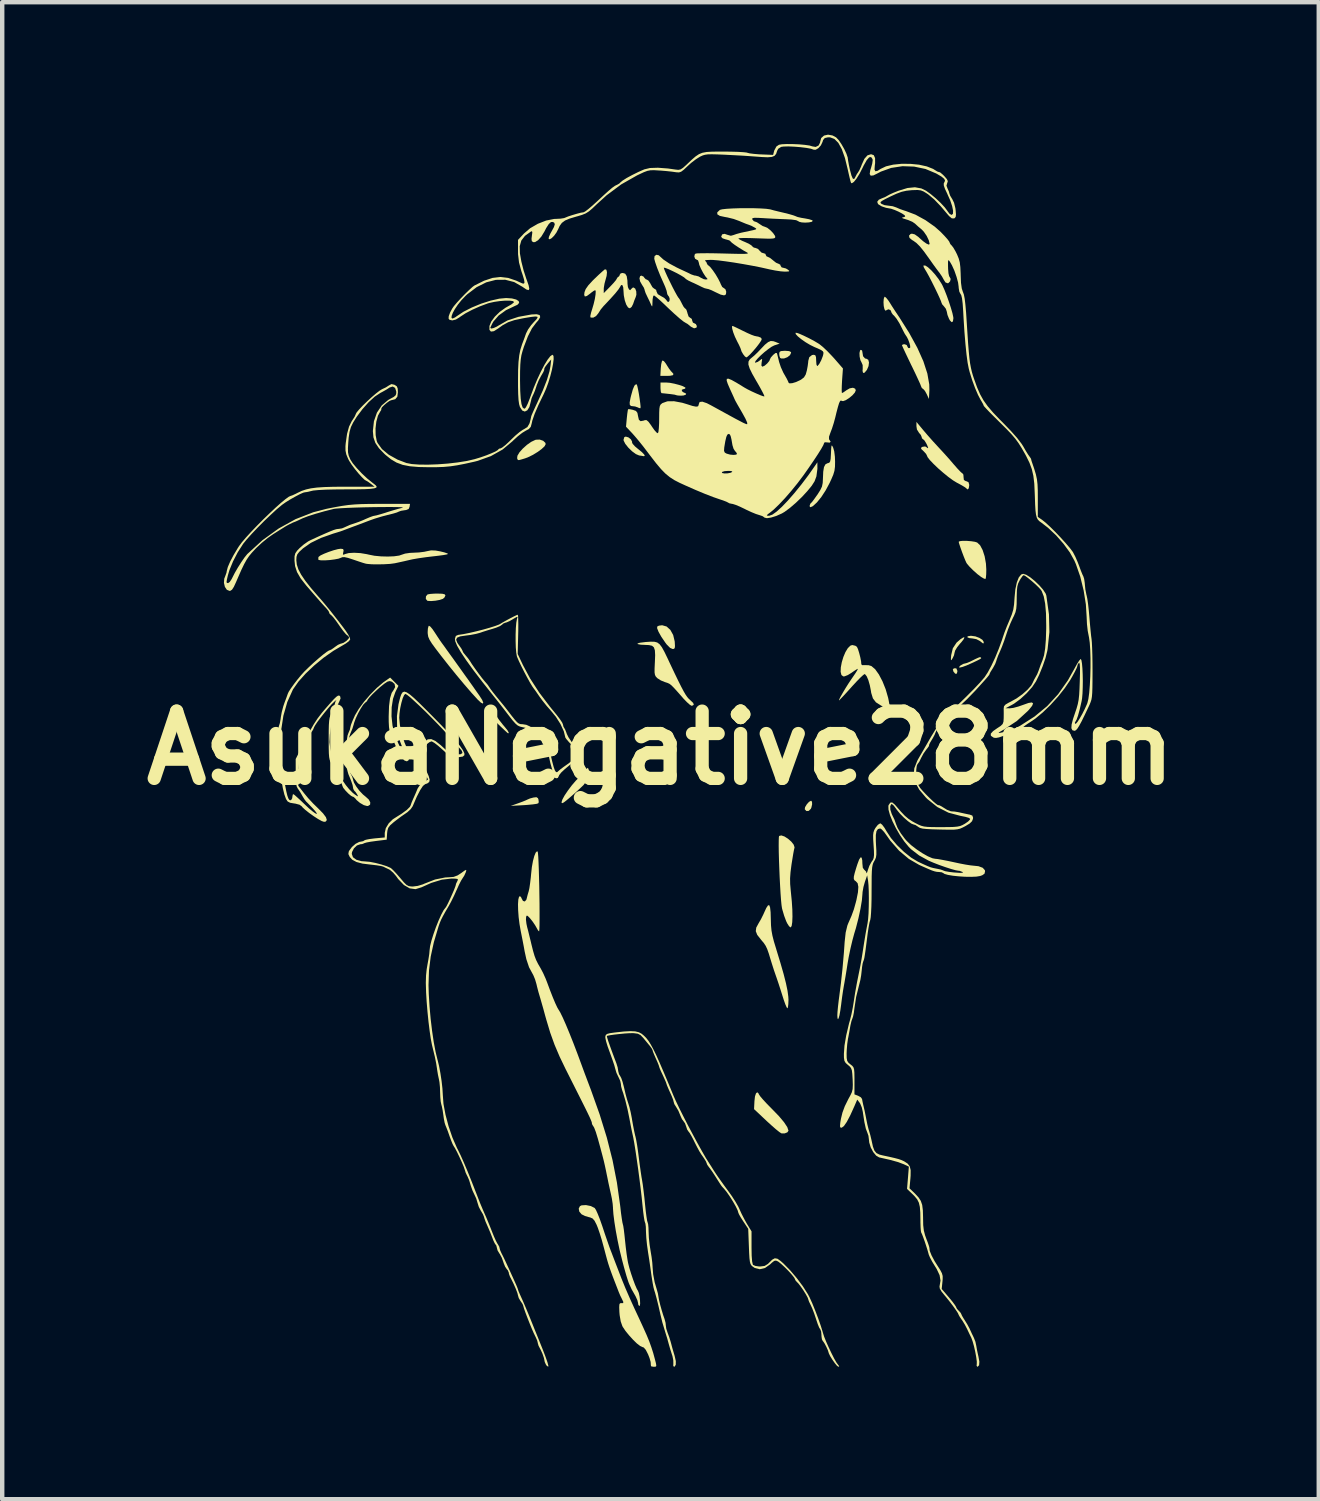
<source format=kicad_pcb>
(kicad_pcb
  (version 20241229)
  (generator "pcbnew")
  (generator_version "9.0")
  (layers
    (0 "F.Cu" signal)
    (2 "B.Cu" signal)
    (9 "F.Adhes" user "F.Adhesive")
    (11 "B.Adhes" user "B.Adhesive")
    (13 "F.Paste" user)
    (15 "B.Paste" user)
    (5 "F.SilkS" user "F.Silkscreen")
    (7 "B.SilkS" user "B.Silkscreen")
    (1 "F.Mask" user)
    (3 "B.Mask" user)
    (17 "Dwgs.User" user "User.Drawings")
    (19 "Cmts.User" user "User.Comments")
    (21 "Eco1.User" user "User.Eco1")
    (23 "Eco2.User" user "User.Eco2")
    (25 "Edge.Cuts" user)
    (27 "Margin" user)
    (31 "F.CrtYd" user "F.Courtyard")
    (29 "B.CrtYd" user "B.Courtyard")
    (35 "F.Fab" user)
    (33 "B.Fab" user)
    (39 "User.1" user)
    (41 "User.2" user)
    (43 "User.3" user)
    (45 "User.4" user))
  (footprint "AsukaNegative28mm"
    (layer "F.Cu")
    (at 11.909 13.89)
    (property "Reference" "AsukaNegative28mm" (at 0 0 0) (layer "F.SilkS") (effects (font (size 1.524 1.524) (thickness 0.3))))
    (attr board_only exclude_from_pos_files exclude_from_bom)
    (fp_poly (pts (xy 6.722 -1.753) (xy 6.724 -1.728) (xy 6.709 -1.681) (xy 6.675 -1.682) (xy 6.635 -1.73) (xy 6.621 -1.78) (xy 6.646 -1.803) (xy 6.699 -1.804)) (stroke (width 0) (type solid)) (fill yes) (layer "F.SilkS"))
    (fp_poly (pts (xy 3.432 1.22) (xy 3.434 1.278) (xy 3.418 1.348) (xy 3.406 1.377) (xy 3.358 1.425) (xy 3.305 1.429) (xy 3.267 1.388) (xy 3.275 1.34) (xy 3.313 1.277) (xy 3.363 1.221) (xy 3.41 1.195) (xy 3.412 1.195)) (stroke (width 0) (type solid)) (fill yes) (layer "F.SilkS"))
    (fp_poly (pts (xy 2.914 -8.988) (xy 2.954 -8.967) (xy 2.958 -8.951) (xy 2.933 -8.896) (xy 2.872 -8.849) (xy 2.798 -8.821) (xy 2.732 -8.822) (xy 2.709 -8.835) (xy 2.694 -8.878) (xy 2.689 -8.925) (xy 2.696 -8.968) (xy 2.726 -8.988) (xy 2.795 -8.994) (xy 2.824 -8.995)) (stroke (width 0) (type solid)) (fill yes) (layer "F.SilkS"))
    (fp_poly (pts (xy 0.079 -8.759) (xy 0.123 -8.703) (xy 0.143 -8.67) (xy 0.194 -8.59) (xy 0.241 -8.529) (xy 0.254 -8.517) (xy 0.294 -8.471) (xy 0.282 -8.443) (xy 0.215 -8.429) (xy 0.148 -8.427) (xy -0.003 -8.427) (xy 0.006 -8.596) (xy 0.016 -8.69) (xy 0.032 -8.756) (xy 0.046 -8.776)) (stroke (width 0) (type solid)) (fill yes) (layer "F.SilkS"))
    (fp_poly (pts (xy -2.776 1.137) (xy -2.764 1.167) (xy -2.757 1.227) (xy -2.769 1.254) (xy -2.808 1.266) (xy -2.892 1.278) (xy -3.008 1.289) (xy -3.093 1.295) (xy -3.392 1.312) (xy -3.227 1.254) (xy -3.129 1.218) (xy -3.05 1.186) (xy -3.017 1.17) (xy -2.956 1.144) (xy -2.878 1.123) (xy -2.81 1.115)) (stroke (width 0) (type solid)) (fill yes) (layer "F.SilkS"))
    (fp_poly (pts (xy 6.871 -2.469) (xy 6.819 -2.401) (xy 6.783 -2.361) (xy 6.718 -2.28) (xy 6.674 -2.207) (xy 6.663 -2.169) (xy 6.647 -2.097) (xy 6.616 -2.032) (xy 6.59 -1.991) (xy 6.578 -1.99) (xy 6.578 -2.035) (xy 6.584 -2.103) (xy 6.621 -2.258) (xy 6.706 -2.386) (xy 6.792 -2.461) (xy 6.857 -2.503) (xy 6.884 -2.505)) (stroke (width 0) (type solid)) (fill yes) (layer "F.SilkS"))
    (fp_poly (pts (xy 7.132 -2.527) (xy 7.223 -2.493) (xy 7.292 -2.448) (xy 7.321 -2.401) (xy 7.321 -2.399) (xy 7.319 -2.369) (xy 7.302 -2.369) (xy 7.258 -2.403) (xy 7.236 -2.421) (xy 7.154 -2.464) (xy 7.066 -2.48) (xy 6.992 -2.488) (xy 6.949 -2.508) (xy 6.948 -2.51) (xy 6.96 -2.53) (xy 7.022 -2.54) (xy 7.038 -2.54)) (stroke (width 0) (type solid)) (fill yes) (layer "F.SilkS"))
    (fp_poly (pts (xy -4.944 -3.493) (xy -4.888 -3.48) (xy -4.871 -3.455) (xy -4.871 -3.452) (xy -4.895 -3.405) (xy -4.929 -3.377) (xy -5 -3.353) (xy -5.097 -3.335) (xy -5.195 -3.327) (xy -5.268 -3.331) (xy -5.282 -3.335) (xy -5.315 -3.376) (xy -5.312 -3.433) (xy -5.277 -3.476) (xy -5.272 -3.478) (xy -5.217 -3.488) (xy -5.126 -3.495) (xy -5.048 -3.496)) (stroke (width 0) (type solid)) (fill yes) (layer "F.SilkS"))
    (fp_poly (pts (xy -3.814 -0.842) (xy -3.744 -0.764) (xy -3.728 -0.74) (xy -3.656 -0.636) (xy -3.571 -0.528) (xy -3.541 -0.493) (xy -3.467 -0.402) (xy -3.436 -0.347) (xy -3.449 -0.329) (xy -3.474 -0.348) (xy -3.532 -0.402) (xy -3.615 -0.48) (xy -3.703 -0.565) (xy -3.799 -0.662) (xy -3.878 -0.746) (xy -3.929 -0.807) (xy -3.944 -0.834) (xy -3.919 -0.859) (xy -3.877 -0.867)) (stroke (width 0) (type solid)) (fill yes) (layer "F.SilkS"))
    (fp_poly (pts (xy 0.138 -2.751) (xy 0.223 -2.674) (xy 0.287 -2.559) (xy 0.321 -2.417) (xy 0.323 -2.4) (xy 0.328 -2.308) (xy 0.322 -2.26) (xy 0.299 -2.243) (xy 0.275 -2.241) (xy 0.217 -2.267) (xy 0.143 -2.341) (xy 0.111 -2.383) (xy 0.019 -2.518) (xy -0.044 -2.63) (xy -0.076 -2.711) (xy -0.074 -2.75) (xy -0.035 -2.77) (xy 0.036 -2.779) (xy 0.039 -2.779)) (stroke (width 0) (type solid)) (fill yes) (layer "F.SilkS"))
    (fp_poly (pts (xy -0.726 -7.034) (xy -0.671 -6.99) (xy -0.644 -6.94) (xy -0.645 -6.922) (xy -0.63 -6.887) (xy -0.578 -6.83) (xy -0.509 -6.772) (xy -0.421 -6.7) (xy -0.369 -6.645) (xy -0.356 -6.613) (xy -0.381 -6.608) (xy -0.425 -6.616) (xy -0.485 -6.625) (xy -0.558 -6.656) (xy -0.645 -6.72) (xy -0.729 -6.802) (xy -0.797 -6.887) (xy -0.834 -6.96) (xy -0.837 -6.98) (xy -0.82 -7.039) (xy -0.787 -7.052)) (stroke (width 0) (type solid)) (fill yes) (layer "F.SilkS"))
    (fp_poly (pts (xy -0.54 -8.234) (xy -0.526 -8.201) (xy -0.509 -8.125) (xy -0.49 -8.024) (xy -0.473 -7.914) (xy -0.459 -7.811) (xy -0.451 -7.733) (xy -0.453 -7.695) (xy -0.453 -7.695) (xy -0.484 -7.698) (xy -0.509 -7.711) (xy -0.575 -7.734) (xy -0.618 -7.739) (xy -0.669 -7.745) (xy -0.695 -7.771) (xy -0.698 -7.826) (xy -0.68 -7.923) (xy -0.666 -7.98) (xy -0.626 -8.123) (xy -0.589 -8.208) (xy -0.554 -8.238)) (stroke (width 0) (type solid)) (fill yes) (layer "F.SilkS"))
    (fp_poly (pts (xy 4.565 -9.003) (xy 4.572 -8.97) (xy 4.588 -8.872) (xy 4.633 -8.821) (xy 4.665 -8.815) (xy 4.706 -8.791) (xy 4.722 -8.73) (xy 4.712 -8.648) (xy 4.676 -8.565) (xy 4.673 -8.56) (xy 4.622 -8.499) (xy 4.588 -8.494) (xy 4.576 -8.541) (xy 4.58 -8.584) (xy 4.579 -8.672) (xy 4.556 -8.726) (xy 4.527 -8.784) (xy 4.51 -8.865) (xy 4.507 -8.945) (xy 4.52 -9.003) (xy 4.535 -9.017)) (stroke (width 0) (type solid)) (fill yes) (layer "F.SilkS"))
    (fp_poly (pts (xy -2.657 -6.957) (xy -2.608 -6.911) (xy -2.6 -6.881) (xy -2.625 -6.833) (xy -2.692 -6.77) (xy -2.787 -6.701) (xy -2.896 -6.635) (xy -3.007 -6.581) (xy -3.07 -6.558) (xy -3.16 -6.531) (xy -3.209 -6.519) (xy -3.231 -6.524) (xy -3.241 -6.545) (xy -3.247 -6.562) (xy -3.24 -6.619) (xy -3.194 -6.696) (xy -3.118 -6.781) (xy -3.026 -6.864) (xy -2.928 -6.933) (xy -2.835 -6.977) (xy -2.819 -6.981) (xy -2.735 -6.984)) (stroke (width 0) (type solid)) (fill yes) (layer "F.SilkS"))
    (fp_poly (pts (xy 7.249 -2.054) (xy 7.254 -2.049) (xy 7.264 -2.038) (xy 7.26 -2.028) (xy 7.233 -2.01) (xy 7.175 -1.98) (xy 7.074 -1.932) (xy 7.045 -1.919) (xy 6.93 -1.868) (xy 6.839 -1.835) (xy 6.78 -1.821) (xy 6.759 -1.829) (xy 6.785 -1.859) (xy 6.796 -1.869) (xy 6.856 -1.903) (xy 6.891 -1.912) (xy 6.941 -1.925) (xy 7.015 -1.956) (xy 7.027 -1.962) (xy 7.133 -2.015) (xy 7.197 -2.044) (xy 7.231 -2.056)) (stroke (width 0) (type solid)) (fill yes) (layer "F.SilkS"))
    (fp_poly (pts (xy -1.636 0.465) (xy -1.627 0.488) (xy -1.621 0.567) (xy -1.646 0.669) (xy -1.692 0.771) (xy -1.743 0.84) (xy -1.796 0.891) (xy -1.88 0.969) (xy -1.98 1.059) (xy -2.027 1.1) (xy -2.128 1.186) (xy -2.192 1.235) (xy -2.228 1.251) (xy -2.241 1.237) (xy -2.241 1.229) (xy -2.222 1.168) (xy -2.172 1.076) (xy -2.098 0.966) (xy -2.011 0.85) (xy -1.919 0.742) (xy -1.841 0.664) (xy -1.764 0.588) (xy -1.703 0.521) (xy -1.678 0.487) (xy -1.652 0.45)) (stroke (width 0) (type solid)) (fill yes) (layer "F.SilkS"))
    (fp_poly (pts (xy 2.22 7.824) (xy 2.231 7.849) (xy 2.259 7.89) (xy 2.321 7.963) (xy 2.408 8.057) (xy 2.512 8.163) (xy 2.524 8.175) (xy 2.682 8.338) (xy 2.798 8.476) (xy 2.871 8.586) (xy 2.898 8.665) (xy 2.899 8.669) (xy 2.873 8.706) (xy 2.814 8.729) (xy 2.748 8.73) (xy 2.734 8.726) (xy 2.69 8.697) (xy 2.614 8.636) (xy 2.516 8.55) (xy 2.406 8.45) (xy 2.397 8.441) (xy 2.119 8.18) (xy 2.128 7.999) (xy 2.14 7.892) (xy 2.163 7.823) (xy 2.191 7.798)) (stroke (width 0) (type solid)) (fill yes) (layer "F.SilkS"))
    (fp_poly (pts (xy 0.212 -8.27) (xy 0.315 -8.25) (xy 0.418 -8.223) (xy 0.505 -8.194) (xy 0.558 -8.166) (xy 0.568 -8.152) (xy 0.543 -8.131) (xy 0.523 -8.128) (xy 0.483 -8.113) (xy 0.486 -8.08) (xy 0.527 -8.05) (xy 0.538 -8.047) (xy 0.581 -8.025) (xy 0.573 -8.001) (xy 0.523 -7.983) (xy 0.466 -7.979) (xy 0.396 -7.982) (xy 0.357 -7.99) (xy 0.356 -7.991) (xy 0.318 -8.002) (xy 0.223 -8.015) (xy 0.075 -8.031) (xy 0.022 -8.036) (xy 0.008 -8.064) (xy 0.001 -8.131) (xy 0 -8.158) (xy 0 -8.277) (xy 0.124 -8.277)) (stroke (width 0) (type solid)) (fill yes) (layer "F.SilkS"))
    (fp_poly (pts (xy 1.675 -9.54) (xy 1.751 -9.504) (xy 1.84 -9.46) (xy 1.97 -9.397) (xy 2.061 -9.357) (xy 2.128 -9.333) (xy 2.187 -9.32) (xy 2.211 -9.317) (xy 2.271 -9.294) (xy 2.294 -9.262) (xy 2.279 -9.223) (xy 2.233 -9.155) (xy 2.168 -9.071) (xy 2.095 -8.985) (xy 2.025 -8.909) (xy 1.969 -8.859) (xy 1.943 -8.845) (xy 1.911 -8.868) (xy 1.871 -8.919) (xy 1.836 -8.98) (xy 1.823 -9.019) (xy 1.81 -9.058) (xy 1.776 -9.132) (xy 1.737 -9.207) (xy 1.686 -9.313) (xy 1.647 -9.414) (xy 1.624 -9.496) (xy 1.619 -9.548) (xy 1.635 -9.558)) (stroke (width 0) (type solid)) (fill yes) (layer "F.SilkS"))
    (fp_poly (pts (xy 6.939 -4.69) (xy 7.037 -4.682) (xy 7.122 -4.669) (xy 7.172 -4.653) (xy 7.238 -4.591) (xy 7.296 -4.482) (xy 7.342 -4.339) (xy 7.371 -4.176) (xy 7.379 -4.042) (xy 7.377 -3.936) (xy 7.37 -3.859) (xy 7.359 -3.825) (xy 7.358 -3.825) (xy 7.318 -3.84) (xy 7.261 -3.874) (xy 7.179 -3.936) (xy 7.088 -4.017) (xy 7.003 -4.101) (xy 6.943 -4.171) (xy 6.928 -4.194) (xy 6.903 -4.249) (xy 6.868 -4.336) (xy 6.829 -4.439) (xy 6.793 -4.54) (xy 6.766 -4.622) (xy 6.754 -4.667) (xy 6.753 -4.669) (xy 6.78 -4.684) (xy 6.848 -4.691)) (stroke (width 0) (type solid)) (fill yes) (layer "F.SilkS"))
    (fp_poly (pts (xy 6.058 -10.887) (xy 6.135 -10.816) (xy 6.219 -10.723) (xy 6.3 -10.617) (xy 6.369 -10.508) (xy 6.387 -10.474) (xy 6.432 -10.374) (xy 6.482 -10.247) (xy 6.532 -10.106) (xy 6.577 -9.968) (xy 6.612 -9.847) (xy 6.631 -9.759) (xy 6.634 -9.732) (xy 6.623 -9.66) (xy 6.595 -9.643) (xy 6.556 -9.682) (xy 6.533 -9.724) (xy 6.5 -9.807) (xy 6.485 -9.877) (xy 6.484 -9.883) (xy 6.463 -9.947) (xy 6.425 -9.996) (xy 6.38 -10.047) (xy 6.365 -10.081) (xy 6.352 -10.121) (xy 6.317 -10.202) (xy 6.267 -10.31) (xy 6.207 -10.434) (xy 6.144 -10.56) (xy 6.084 -10.676) (xy 6.032 -10.77) (xy 5.998 -10.827) (xy 5.963 -10.887) (xy 5.954 -10.924) (xy 5.956 -10.926) (xy 5.995 -10.927)) (stroke (width 0) (type solid)) (fill yes) (layer "F.SilkS"))
    (fp_poly (pts (xy -5.214 -2.75) (xy -5.165 -2.693) (xy -5.116 -2.621) (xy -5.05 -2.52) (xy -4.986 -2.424) (xy -4.951 -2.375) (xy -4.899 -2.304) (xy -4.825 -2.2) (xy -4.734 -2.074) (xy -4.634 -1.935) (xy -4.533 -1.794) (xy -4.437 -1.659) (xy -4.352 -1.541) (xy -4.287 -1.449) (xy -4.248 -1.394) (xy -4.243 -1.387) (xy -4.2 -1.325) (xy -4.139 -1.239) (xy -4.099 -1.182) (xy -4.038 -1.086) (xy -4.014 -1.025) (xy -4.025 -1.005) (xy -4.069 -1.028) (xy -4.141 -1.096) (xy -4.28 -1.249) (xy -4.444 -1.439) (xy -4.622 -1.652) (xy -4.804 -1.877) (xy -4.979 -2.1) (xy -5.095 -2.252) (xy -5.179 -2.367) (xy -5.231 -2.451) (xy -5.26 -2.518) (xy -5.271 -2.584) (xy -5.273 -2.622) (xy -5.268 -2.705) (xy -5.253 -2.759) (xy -5.244 -2.768)) (stroke (width 0) (type solid)) (fill yes) (layer "F.SilkS"))
    (fp_poly (pts (xy 3.899 -6.826) (xy 3.912 -6.798) (xy 3.935 -6.717) (xy 3.95 -6.598) (xy 3.954 -6.484) (xy 3.952 -6.37) (xy 3.94 -6.278) (xy 3.913 -6.188) (xy 3.866 -6.078) (xy 3.832 -6.005) (xy 3.742 -5.836) (xy 3.643 -5.684) (xy 3.544 -5.562) (xy 3.455 -5.48) (xy 3.431 -5.466) (xy 3.388 -5.452) (xy 3.377 -5.481) (xy 3.393 -5.531) (xy 3.404 -5.542) (xy 3.434 -5.573) (xy 3.485 -5.641) (xy 3.548 -5.73) (xy 3.554 -5.737) (xy 3.619 -5.84) (xy 3.657 -5.92) (xy 3.674 -6.002) (xy 3.679 -6.103) (xy 3.686 -6.258) (xy 3.703 -6.361) (xy 3.734 -6.422) (xy 3.78 -6.448) (xy 3.788 -6.449) (xy 3.822 -6.46) (xy 3.842 -6.488) (xy 3.854 -6.547) (xy 3.86 -6.651) (xy 3.861 -6.673) (xy 3.866 -6.783) (xy 3.872 -6.84) (xy 3.882 -6.852)) (stroke (width 0) (type solid)) (fill yes) (layer "F.SilkS"))
    (fp_poly (pts (xy 2.808 2.005) (xy 2.888 2.056) (xy 2.962 2.121) (xy 3.016 2.189) (xy 3.036 2.25) (xy 3.033 2.267) (xy 3.022 2.314) (xy 3.005 2.406) (xy 2.985 2.529) (xy 2.967 2.642) (xy 2.945 2.814) (xy 2.935 2.952) (xy 2.937 3.083) (xy 2.95 3.232) (xy 2.954 3.272) (xy 2.974 3.475) (xy 2.986 3.66) (xy 2.989 3.82) (xy 2.984 3.946) (xy 2.971 4.03) (xy 2.95 4.064) (xy 2.947 4.064) (xy 2.913 4.039) (xy 2.871 3.974) (xy 2.846 3.922) (xy 2.801 3.801) (xy 2.762 3.669) (xy 2.752 3.631) (xy 2.741 3.558) (xy 2.73 3.443) (xy 2.719 3.293) (xy 2.709 3.119) (xy 2.699 2.93) (xy 2.691 2.735) (xy 2.684 2.545) (xy 2.679 2.369) (xy 2.677 2.216) (xy 2.678 2.096) (xy 2.681 2.018) (xy 2.687 1.993) (xy 2.737 1.981)) (stroke (width 0) (type solid)) (fill yes) (layer "F.SilkS"))
    (fp_poly (pts (xy 2.482 3.611) (xy 2.494 3.719) (xy 2.499 3.884) (xy 2.499 3.884) (xy 2.503 4.019) (xy 2.514 4.135) (xy 2.535 4.25) (xy 2.569 4.384) (xy 2.621 4.554) (xy 2.623 4.562) (xy 2.716 4.867) (xy 2.789 5.121) (xy 2.842 5.33) (xy 2.877 5.499) (xy 2.895 5.634) (xy 2.899 5.705) (xy 2.895 5.802) (xy 2.886 5.872) (xy 2.876 5.897) (xy 2.858 5.876) (xy 2.829 5.81) (xy 2.793 5.709) (xy 2.77 5.637) (xy 2.723 5.488) (xy 2.673 5.334) (xy 2.628 5.201) (xy 2.617 5.17) (xy 2.57 5.034) (xy 2.523 4.887) (xy 2.495 4.796) (xy 2.452 4.654) (xy 2.417 4.555) (xy 2.382 4.481) (xy 2.34 4.418) (xy 2.283 4.35) (xy 2.27 4.334) (xy 2.191 4.233) (xy 2.158 4.149) (xy 2.169 4.068) (xy 2.22 3.974) (xy 2.276 3.878) (xy 2.331 3.767) (xy 2.345 3.735) (xy 2.396 3.624) (xy 2.435 3.565) (xy 2.463 3.561)) (stroke (width 0) (type solid)) (fill yes) (layer "F.SilkS"))
    (fp_poly (pts (xy -0.137 -2.405) (xy -0.074 -2.389) (xy -0.02 -2.349) (xy 0.032 -2.28) (xy 0.09 -2.175) (xy 0.162 -2.026) (xy 0.201 -1.942) (xy 0.31 -1.712) (xy 0.398 -1.53) (xy 0.468 -1.39) (xy 0.524 -1.284) (xy 0.569 -1.207) (xy 0.608 -1.151) (xy 0.643 -1.111) (xy 0.676 -1.081) (xy 0.741 -1.019) (xy 0.754 -0.976) (xy 0.717 -0.957) (xy 0.702 -0.956) (xy 0.665 -0.978) (xy 0.602 -1.034) (xy 0.522 -1.116) (xy 0.488 -1.156) (xy 0.381 -1.277) (xy 0.304 -1.362) (xy 0.248 -1.418) (xy 0.204 -1.452) (xy 0.162 -1.472) (xy 0.113 -1.488) (xy 0.102 -1.491) (xy 0.009 -1.529) (xy -0.071 -1.58) (xy -0.076 -1.585) (xy -0.107 -1.618) (xy -0.125 -1.655) (xy -0.134 -1.71) (xy -0.134 -1.796) (xy -0.128 -1.927) (xy -0.127 -1.944) (xy -0.121 -2.102) (xy -0.127 -2.21) (xy -0.149 -2.278) (xy -0.192 -2.315) (xy -0.261 -2.33) (xy -0.325 -2.333) (xy -0.449 -2.339) (xy -0.514 -2.352) (xy -0.521 -2.367) (xy -0.467 -2.383) (xy -0.355 -2.397) (xy -0.328 -2.4) (xy -0.22 -2.407)) (stroke (width 0) (type solid)) (fill yes) (layer "F.SilkS"))
    (fp_poly (pts (xy 5.953 -7.196) (xy 6.053 -7.079) (xy 6.171 -6.946) (xy 6.283 -6.824) (xy 6.293 -6.813) (xy 6.406 -6.691) (xy 6.531 -6.552) (xy 6.64 -6.425) (xy 6.647 -6.417) (xy 6.726 -6.327) (xy 6.792 -6.258) (xy 6.834 -6.22) (xy 6.843 -6.216) (xy 6.86 -6.19) (xy 6.864 -6.133) (xy 6.871 -6.07) (xy 6.912 -6.044) (xy 6.925 -6.042) (xy 6.975 -6.02) (xy 6.992 -5.963) (xy 6.992 -5.945) (xy 6.982 -5.882) (xy 6.958 -5.854) (xy 6.931 -5.874) (xy 6.928 -5.879) (xy 6.898 -5.903) (xy 6.829 -5.945) (xy 6.734 -5.997) (xy 6.715 -6.006) (xy 6.625 -6.061) (xy 6.517 -6.14) (xy 6.401 -6.235) (xy 6.286 -6.335) (xy 6.183 -6.434) (xy 6.1 -6.521) (xy 6.049 -6.587) (xy 6.036 -6.618) (xy 6.015 -6.66) (xy 5.965 -6.715) (xy 5.957 -6.722) (xy 5.907 -6.77) (xy 5.9 -6.797) (xy 5.929 -6.819) (xy 5.994 -6.829) (xy 6.023 -6.812) (xy 6.057 -6.788) (xy 6.062 -6.802) (xy 6.038 -6.86) (xy 6.019 -6.898) (xy 5.981 -6.961) (xy 5.948 -6.992) (xy 5.944 -6.992) (xy 5.92 -7.017) (xy 5.917 -7.038) (xy 5.896 -7.09) (xy 5.857 -7.134) (xy 5.808 -7.213) (xy 5.797 -7.285) (xy 5.797 -7.384)) (stroke (width 0) (type solid)) (fill yes) (layer "F.SilkS"))
    (fp_poly (pts (xy 5.111 -10.196) (xy 5.159 -10.137) (xy 5.188 -10.093) (xy 5.243 -10.005) (xy 5.317 -9.891) (xy 5.396 -9.773) (xy 5.407 -9.757) (xy 5.634 -9.397) (xy 5.817 -9.063) (xy 5.954 -8.757) (xy 6.044 -8.48) (xy 6.087 -8.235) (xy 6.09 -8.108) (xy 6.08 -7.904) (xy 6.028 -8.016) (xy 5.989 -8.086) (xy 5.956 -8.125) (xy 5.948 -8.128) (xy 5.919 -8.153) (xy 5.9 -8.195) (xy 5.881 -8.245) (xy 5.839 -8.337) (xy 5.782 -8.46) (xy 5.713 -8.604) (xy 5.674 -8.683) (xy 5.604 -8.829) (xy 5.544 -8.955) (xy 5.499 -9.052) (xy 5.473 -9.111) (xy 5.468 -9.124) (xy 5.494 -9.14) (xy 5.528 -9.144) (xy 5.577 -9.125) (xy 5.588 -9.099) (xy 5.61 -9.06) (xy 5.63 -9.054) (xy 5.655 -9.065) (xy 5.655 -9.105) (xy 5.64 -9.166) (xy 5.609 -9.252) (xy 5.575 -9.317) (xy 5.569 -9.324) (xy 5.533 -9.379) (xy 5.49 -9.461) (xy 5.477 -9.488) (xy 5.413 -9.615) (xy 5.347 -9.721) (xy 5.288 -9.793) (xy 5.267 -9.81) (xy 5.233 -9.856) (xy 5.229 -9.874) (xy 5.208 -9.917) (xy 5.163 -9.935) (xy 5.123 -9.918) (xy 5.122 -9.916) (xy 5.096 -9.902) (xy 5.072 -9.937) (xy 5.056 -10.01) (xy 5.051 -10.093) (xy 5.056 -10.17) (xy 5.072 -10.215) (xy 5.08 -10.22)) (stroke (width 0) (type solid)) (fill yes) (layer "F.SilkS"))
    (fp_poly (pts (xy -7.188 -4.505) (xy -7.177 -4.47) (xy -7.184 -4.436) (xy -7.193 -4.383) (xy -7.174 -4.377) (xy -7.145 -4.391) (xy -7.061 -4.414) (xy -6.939 -4.421) (xy -6.796 -4.413) (xy -6.651 -4.389) (xy -6.604 -4.378) (xy -6.478 -4.353) (xy -6.329 -4.339) (xy -6.175 -4.335) (xy -6.033 -4.341) (xy -5.919 -4.357) (xy -5.857 -4.378) (xy -5.784 -4.402) (xy -5.675 -4.418) (xy -5.591 -4.422) (xy -5.469 -4.428) (xy -5.351 -4.443) (xy -5.286 -4.457) (xy -5.195 -4.475) (xy -5.093 -4.471) (xy -4.992 -4.453) (xy -4.897 -4.43) (xy -4.832 -4.408) (xy -4.811 -4.394) (xy -4.839 -4.383) (xy -4.914 -4.369) (xy -5.026 -4.354) (xy -5.147 -4.34) (xy -5.308 -4.321) (xy -5.47 -4.298) (xy -5.61 -4.274) (xy -5.678 -4.259) (xy -5.807 -4.229) (xy -5.939 -4.2) (xy -6.018 -4.183) (xy -6.122 -4.169) (xy -6.257 -4.161) (xy -6.404 -4.158) (xy -6.541 -4.16) (xy -6.647 -4.169) (xy -6.679 -4.175) (xy -6.735 -4.191) (xy -6.829 -4.222) (xy -6.941 -4.26) (xy -6.958 -4.266) (xy -7.078 -4.305) (xy -7.156 -4.322) (xy -7.207 -4.32) (xy -7.235 -4.308) (xy -7.292 -4.287) (xy -7.383 -4.27) (xy -7.491 -4.256) (xy -7.598 -4.249) (xy -7.687 -4.249) (xy -7.741 -4.258) (xy -7.748 -4.263) (xy -7.75 -4.31) (xy -7.742 -4.329) (xy -7.701 -4.36) (xy -7.619 -4.399) (xy -7.515 -4.44) (xy -7.405 -4.477) (xy -7.307 -4.503) (xy -7.242 -4.512)) (stroke (width 0) (type solid)) (fill yes) (layer "F.SilkS"))
    (fp_poly (pts (xy 4.413 -2.315) (xy 4.448 -2.291) (xy 4.472 -2.241) (xy 4.499 -2.155) (xy 4.525 -2.054) (xy 4.543 -1.962) (xy 4.548 -1.9) (xy 4.548 -1.895) (xy 4.569 -1.875) (xy 4.628 -1.876) (xy 4.714 -1.874) (xy 4.777 -1.855) (xy 4.861 -1.784) (xy 4.946 -1.665) (xy 5.028 -1.509) (xy 5.1 -1.329) (xy 5.156 -1.135) (xy 5.167 -1.082) (xy 5.19 -0.957) (xy 5.197 -0.873) (xy 5.188 -0.815) (xy 5.161 -0.765) (xy 5.157 -0.76) (xy 5.129 -0.727) (xy 5.114 -0.737) (xy 5.106 -0.798) (xy 5.105 -0.807) (xy 5.086 -0.885) (xy 5.038 -0.936) (xy 4.99 -0.963) (xy 4.879 -1.034) (xy 4.811 -1.123) (xy 4.772 -1.249) (xy 4.766 -1.292) (xy 4.741 -1.42) (xy 4.708 -1.535) (xy 4.671 -1.622) (xy 4.634 -1.669) (xy 4.621 -1.673) (xy 4.59 -1.651) (xy 4.527 -1.593) (xy 4.443 -1.507) (xy 4.344 -1.4) (xy 4.321 -1.374) (xy 4.222 -1.264) (xy 4.138 -1.173) (xy 4.076 -1.108) (xy 4.045 -1.077) (xy 4.042 -1.076) (xy 4.047 -1.099) (xy 4.078 -1.161) (xy 4.129 -1.25) (xy 4.192 -1.356) (xy 4.262 -1.467) (xy 4.332 -1.571) (xy 4.356 -1.606) (xy 4.416 -1.694) (xy 4.457 -1.76) (xy 4.471 -1.792) (xy 4.47 -1.793) (xy 4.437 -1.777) (xy 4.374 -1.736) (xy 4.326 -1.702) (xy 4.243 -1.651) (xy 4.169 -1.622) (xy 4.14 -1.62) (xy 4.098 -1.652) (xy 4.08 -1.725) (xy 4.084 -1.825) (xy 4.106 -1.941) (xy 4.142 -2.061) (xy 4.189 -2.172) (xy 4.244 -2.262) (xy 4.302 -2.318) (xy 4.344 -2.331)) (stroke (width 0) (type solid)) (fill yes) (layer "F.SilkS"))
    (fp_poly (pts (xy -1.225 -10.83) (xy -1.212 -10.775) (xy -1.22 -10.692) (xy -1.24 -10.619) (xy -1.268 -10.516) (xy -1.284 -10.419) (xy -1.285 -10.394) (xy -1.285 -10.301) (xy -1.136 -10.453) (xy -1.062 -10.532) (xy -1.008 -10.597) (xy -0.986 -10.635) (xy -0.986 -10.636) (xy -0.964 -10.667) (xy -0.956 -10.668) (xy -0.93 -10.692) (xy -0.926 -10.713) (xy -0.901 -10.749) (xy -0.855 -10.758) (xy -0.799 -10.741) (xy -0.765 -10.686) (xy -0.749 -10.584) (xy -0.747 -10.513) (xy -0.738 -10.439) (xy -0.715 -10.387) (xy -0.687 -10.367) (xy -0.664 -10.393) (xy -0.664 -10.394) (xy -0.628 -10.426) (xy -0.611 -10.429) (xy -0.572 -10.403) (xy -0.549 -10.341) (xy -0.546 -10.264) (xy -0.562 -10.21) (xy -0.594 -10.132) (xy -0.62 -10.055) (xy -0.653 -9.99) (xy -0.693 -9.957) (xy -0.693 -9.957) (xy -0.735 -9.976) (xy -0.776 -10.042) (xy -0.809 -10.138) (xy -0.831 -10.252) (xy -0.837 -10.34) (xy -0.844 -10.433) (xy -0.864 -10.483) (xy -0.891 -10.484) (xy -0.918 -10.438) (xy -0.952 -10.385) (xy -1.023 -10.296) (xy -1.129 -10.178) (xy -1.262 -10.036) (xy -1.285 -10.013) (xy -1.353 -9.931) (xy -1.407 -9.846) (xy -1.46 -9.781) (xy -1.523 -9.746) (xy -1.578 -9.748) (xy -1.588 -9.756) (xy -1.588 -9.79) (xy -1.571 -9.864) (xy -1.548 -9.937) (xy -1.514 -10.053) (xy -1.487 -10.168) (xy -1.471 -10.269) (xy -1.467 -10.34) (xy -1.477 -10.369) (xy -1.478 -10.369) (xy -1.513 -10.352) (xy -1.573 -10.308) (xy -1.589 -10.294) (xy -1.668 -10.236) (xy -1.713 -10.225) (xy -1.728 -10.261) (xy -1.721 -10.323) (xy -1.694 -10.393) (xy -1.635 -10.477) (xy -1.538 -10.583) (xy -1.491 -10.629) (xy -1.399 -10.717) (xy -1.322 -10.787) (xy -1.271 -10.831) (xy -1.257 -10.841)) (stroke (width 0) (type solid)) (fill yes) (layer "F.SilkS"))
    (fp_poly (pts (xy -1.578 10.375) (xy -1.492 10.418) (xy -1.489 10.421) (xy -1.461 10.464) (xy -1.421 10.553) (xy -1.373 10.674) (xy -1.323 10.816) (xy -1.314 10.842) (xy -1.261 11.003) (xy -1.206 11.162) (xy -1.158 11.3) (xy -1.121 11.399) (xy -1.12 11.4) (xy -1.072 11.526) (xy -1.016 11.672) (xy -0.971 11.789) (xy -0.882 12.02) (xy -0.793 12.238) (xy -0.696 12.461) (xy -0.585 12.706) (xy -0.49 12.909) (xy -0.391 13.124) (xy -0.313 13.298) (xy -0.253 13.444) (xy -0.206 13.575) (xy -0.165 13.703) (xy -0.131 13.828) (xy -0.105 13.929) (xy -0.095 13.985) (xy -0.102 14.009) (xy -0.129 14.015) (xy -0.162 14.015) (xy -0.214 14.004) (xy -0.22 13.965) (xy -0.219 13.961) (xy -0.223 13.906) (xy -0.248 13.818) (xy -0.28 13.736) (xy -0.333 13.632) (xy -0.379 13.579) (xy -0.413 13.567) (xy -0.462 13.544) (xy -0.536 13.486) (xy -0.622 13.402) (xy -0.711 13.304) (xy -0.792 13.205) (xy -0.852 13.115) (xy -0.864 13.094) (xy -0.901 12.987) (xy -0.925 12.846) (xy -0.931 12.775) (xy -0.935 12.665) (xy -0.931 12.603) (xy -0.917 12.577) (xy -0.891 12.574) (xy -0.889 12.574) (xy -0.846 12.574) (xy -0.842 12.546) (xy -0.873 12.481) (xy -0.911 12.404) (xy -0.944 12.326) (xy -1.019 12.132) (xy -1.077 11.982) (xy -1.121 11.863) (xy -1.155 11.766) (xy -1.184 11.677) (xy -1.211 11.584) (xy -1.24 11.477) (xy -1.275 11.344) (xy -1.288 11.296) (xy -1.33 11.142) (xy -1.376 10.993) (xy -1.419 10.868) (xy -1.447 10.799) (xy -1.494 10.707) (xy -1.538 10.657) (xy -1.595 10.632) (xy -1.619 10.627) (xy -1.711 10.6) (xy -1.787 10.562) (xy -1.839 10.501) (xy -1.852 10.433) (xy -1.825 10.378) (xy -1.788 10.359) (xy -1.688 10.353)) (stroke (width 0) (type solid)) (fill yes) (layer "F.SilkS"))
    (fp_poly (pts (xy -2.781 2.348) (xy -2.775 2.383) (xy -2.768 2.468) (xy -2.762 2.593) (xy -2.756 2.751) (xy -2.751 2.932) (xy -2.746 3.127) (xy -2.743 3.328) (xy -2.74 3.525) (xy -2.739 3.71) (xy -2.739 3.874) (xy -2.74 4.008) (xy -2.743 4.103) (xy -2.748 4.15) (xy -2.75 4.154) (xy -2.775 4.13) (xy -2.804 4.077) (xy -2.844 4.008) (xy -2.898 3.929) (xy -2.956 3.856) (xy -3.004 3.807) (xy -3.026 3.795) (xy -3.043 3.821) (xy -3.047 3.889) (xy -3.036 3.982) (xy -3.019 4.061) (xy -2.998 4.139) (xy -2.97 4.255) (xy -2.937 4.388) (xy -2.926 4.436) (xy -2.887 4.592) (xy -2.853 4.708) (xy -2.817 4.802) (xy -2.772 4.892) (xy -2.715 4.99) (xy -2.659 5.096) (xy -2.601 5.225) (xy -2.57 5.304) (xy -2.502 5.487) (xy -2.438 5.65) (xy -2.382 5.783) (xy -2.338 5.877) (xy -2.315 5.917) (xy -2.273 5.985) (xy -2.215 6.103) (xy -2.144 6.263) (xy -2.063 6.458) (xy -1.974 6.681) (xy -1.881 6.925) (xy -1.823 7.082) (xy -1.782 7.193) (xy -1.727 7.343) (xy -1.663 7.513) (xy -1.597 7.688) (xy -1.577 7.74) (xy -1.378 8.299) (xy -1.215 8.826) (xy -1.086 9.336) (xy -0.987 9.841) (xy -0.915 10.353) (xy -0.91 10.392) (xy -0.894 10.535) (xy -0.877 10.656) (xy -0.863 10.744) (xy -0.853 10.786) (xy -0.853 10.786) (xy -0.843 10.826) (xy -0.83 10.912) (xy -0.816 11.03) (xy -0.804 11.146) (xy -0.787 11.304) (xy -0.767 11.463) (xy -0.746 11.599) (xy -0.734 11.663) (xy -0.706 11.774) (xy -0.666 11.905) (xy -0.621 12.038) (xy -0.576 12.159) (xy -0.536 12.251) (xy -0.511 12.294) (xy -0.491 12.343) (xy -0.474 12.421) (xy -0.464 12.508) (xy -0.461 12.586) (xy -0.469 12.633) (xy -0.477 12.64) (xy -0.501 12.615) (xy -0.508 12.571) (xy -0.524 12.507) (xy -0.564 12.419) (xy -0.592 12.369) (xy -0.654 12.26) (xy -0.708 12.142) (xy -0.724 12.102) (xy -0.748 12.03) (xy -0.771 11.957) (xy -0.796 11.87) (xy -0.828 11.755) (xy -0.87 11.597) (xy -0.878 11.564) (xy -0.927 11.365) (xy -0.972 11.151) (xy -1.012 10.937) (xy -1.044 10.735) (xy -1.066 10.561) (xy -1.076 10.428) (xy -1.076 10.413) (xy -1.083 10.324) (xy -1.101 10.207) (xy -1.119 10.12) (xy -1.147 9.995) (xy -1.18 9.844) (xy -1.209 9.699) (xy -1.21 9.697) (xy -1.236 9.568) (xy -1.259 9.461) (xy -1.283 9.356) (xy -1.314 9.235) (xy -1.356 9.077) (xy -1.362 9.054) (xy -1.419 8.847) (xy -1.465 8.697) (xy -1.501 8.602) (xy -1.526 8.56) (xy -1.528 8.559) (xy -1.551 8.518) (xy -1.554 8.497) (xy -1.556 8.481) (xy -1.565 8.455) (xy -1.582 8.413) (xy -1.609 8.353) (xy -1.65 8.267) (xy -1.706 8.153) (xy -1.78 8.005) (xy -1.874 7.818) (xy -1.99 7.588) (xy -2.13 7.31) (xy -2.146 7.279) (xy -2.285 6.99) (xy -2.399 6.722) (xy -2.497 6.45) (xy -2.587 6.151) (xy -2.615 6.051) (xy -2.653 5.911) (xy -2.691 5.778) (xy -2.721 5.673) (xy -2.733 5.633) (xy -2.763 5.532) (xy -2.795 5.409) (xy -2.809 5.349) (xy -2.841 5.24) (xy -2.881 5.144) (xy -2.903 5.104) (xy -2.977 4.967) (xy -3.038 4.784) (xy -3.077 4.606) (xy -3.096 4.5) (xy -3.123 4.359) (xy -3.153 4.208) (xy -3.166 4.143) (xy -3.193 3.988) (xy -3.213 3.828) (xy -3.224 3.674) (xy -3.227 3.539) (xy -3.22 3.434) (xy -3.204 3.371) (xy -3.195 3.361) (xy -3.164 3.368) (xy -3.148 3.402) (xy -3.115 3.464) (xy -3.074 3.477) (xy -3.039 3.439) (xy -3.031 3.413) (xy -3.008 3.322) (xy -2.984 3.242) (xy -2.969 3.174) (xy -2.953 3.064) (xy -2.937 2.931) (xy -2.93 2.854) (xy -2.913 2.697) (xy -2.888 2.558) (xy -2.858 2.447) (xy -2.827 2.371) (xy -2.797 2.341)) (stroke (width 0) (type solid)) (fill yes) (layer "F.SilkS"))
    (fp_poly (pts (xy -3.226 -2.99) (xy -3.222 -2.912) (xy -3.22 -2.796) (xy -3.221 -2.651) (xy -3.223 -2.574) (xy -3.234 -2.129) (xy -3.116 -1.879) (xy -2.952 -1.572) (xy -2.744 -1.251) (xy -2.5 -0.93) (xy -2.437 -0.853) (xy -2.348 -0.744) (xy -2.275 -0.648) (xy -2.227 -0.575) (xy -2.211 -0.538) (xy -2.196 -0.478) (xy -2.185 -0.462) (xy -2.159 -0.416) (xy -2.129 -0.34) (xy -2.123 -0.321) (xy -2.084 -0.241) (xy -2.017 -0.142) (xy -1.94 -0.048) (xy -1.868 0.035) (xy -1.816 0.104) (xy -1.793 0.144) (xy -1.793 0.146) (xy -1.815 0.178) (xy -1.875 0.236) (xy -1.963 0.312) (xy -2.047 0.38) (xy -2.163 0.476) (xy -2.248 0.556) (xy -2.294 0.614) (xy -2.301 0.633) (xy -2.325 0.679) (xy -2.361 0.687) (xy -2.41 0.668) (xy -2.42 0.641) (xy -2.429 0.586) (xy -2.45 0.499) (xy -2.463 0.454) (xy -2.494 0.343) (xy -2.518 0.235) (xy -2.524 0.205) (xy -2.552 0.115) (xy -2.602 0.011) (xy -2.63 -0.034) (xy -2.681 -0.121) (xy -2.713 -0.198) (xy -2.719 -0.228) (xy -2.741 -0.299) (xy -2.768 -0.332) (xy -2.844 -0.377) (xy -2.955 -0.423) (xy -3.074 -0.46) (xy -3.123 -0.47) (xy -3.182 -0.484) (xy -3.232 -0.507) (xy -3.283 -0.55) (xy -3.346 -0.62) (xy -3.43 -0.727) (xy -3.457 -0.762) (xy -3.554 -0.888) (xy -3.667 -1.033) (xy -3.776 -1.17) (xy -3.796 -1.195) (xy -4.039 -1.502) (xy -4.241 -1.766) (xy -4.402 -1.989) (xy -4.523 -2.171) (xy -4.605 -2.313) (xy -4.649 -2.417) (xy -4.653 -2.45) (xy -4.628 -2.45) (xy -4.601 -2.381) (xy -4.559 -2.321) (xy -4.511 -2.253) (xy -4.485 -2.204) (xy -4.482 -2.195) (xy -4.464 -2.158) (xy -4.419 -2.103) (xy -4.418 -2.102) (xy -4.36 -2.033) (xy -4.321 -1.977) (xy -4.27 -1.897) (xy -4.197 -1.792) (xy -4.115 -1.679) (xy -4.038 -1.578) (xy -3.977 -1.504) (xy -3.968 -1.494) (xy -3.913 -1.43) (xy -3.877 -1.376) (xy -3.876 -1.375) (xy -3.847 -1.331) (xy -3.791 -1.257) (xy -3.719 -1.167) (xy -3.705 -1.15) (xy -3.618 -1.044) (xy -3.531 -0.937) (xy -3.465 -0.852) (xy -3.465 -0.852) (xy -3.367 -0.724) (xy -3.297 -0.637) (xy -3.247 -0.582) (xy -3.208 -0.553) (xy -3.171 -0.54) (xy -3.13 -0.538) (xy -3.125 -0.538) (xy -3.038 -0.524) (xy -2.972 -0.494) (xy -2.908 -0.459) (xy -2.868 -0.449) (xy -2.8 -0.423) (xy -2.731 -0.36) (xy -2.678 -0.282) (xy -2.66 -0.213) (xy -2.632 -0.122) (xy -2.585 -0.065) (xy -2.532 -0.01) (xy -2.508 0.035) (xy -2.508 0.037) (xy -2.499 0.101) (xy -2.496 0.12) (xy -2.454 0.3) (xy -2.42 0.428) (xy -2.392 0.508) (xy -2.366 0.546) (xy -2.34 0.548) (xy -2.321 0.531) (xy -2.276 0.491) (xy -2.202 0.435) (xy -2.158 0.404) (xy -2.08 0.349) (xy -2.024 0.303) (xy -2.008 0.286) (xy -1.966 0.246) (xy -1.927 0.221) (xy -1.877 0.18) (xy -1.866 0.13) (xy -1.899 0.063) (xy -1.977 -0.03) (xy -2.001 -0.056) (xy -2.075 -0.135) (xy -2.129 -0.198) (xy -2.153 -0.232) (xy -2.154 -0.233) (xy -2.19 -0.378) (xy -2.265 -0.541) (xy -2.369 -0.705) (xy -2.479 -0.84) (xy -2.576 -0.95) (xy -2.675 -1.074) (xy -2.742 -1.165) (xy -2.801 -1.251) (xy -2.847 -1.316) (xy -2.869 -1.345) (xy -2.903 -1.393) (xy -2.956 -1.481) (xy -3.02 -1.597) (xy -3.088 -1.725) (xy -3.153 -1.854) (xy -3.208 -1.969) (xy -3.245 -2.056) (xy -3.253 -2.077) (xy -3.267 -2.156) (xy -3.277 -2.275) (xy -3.281 -2.418) (xy -3.281 -2.57) (xy -3.276 -2.715) (xy -3.266 -2.837) (xy -3.251 -2.921) (xy -3.245 -2.939) (xy -3.237 -2.967) (xy -3.258 -2.966) (xy -3.318 -2.932) (xy -3.342 -2.917) (xy -3.423 -2.871) (xy -3.488 -2.843) (xy -3.507 -2.839) (xy -3.56 -2.818) (xy -3.586 -2.794) (xy -3.634 -2.761) (xy -3.719 -2.725) (xy -3.791 -2.702) (xy -3.911 -2.666) (xy -4.028 -2.629) (xy -4.081 -2.61) (xy -4.176 -2.584) (xy -4.301 -2.56) (xy -4.409 -2.546) (xy -4.537 -2.527) (xy -4.608 -2.497) (xy -4.628 -2.45) (xy -4.653 -2.45) (xy -4.656 -2.472) (xy -4.635 -2.537) (xy -4.58 -2.562) (xy -4.572 -2.562) (xy -4.464 -2.578) (xy -4.325 -2.606) (xy -4.17 -2.642) (xy -4.013 -2.682) (xy -3.865 -2.724) (xy -3.742 -2.763) (xy -3.656 -2.795) (xy -3.631 -2.809) (xy -3.58 -2.84) (xy -3.501 -2.884) (xy -3.41 -2.933) (xy -3.324 -2.977) (xy -3.259 -3.008) (xy -3.233 -3.018)) (stroke (width 0) (type solid)) (fill yes) (layer "F.SilkS"))
    (fp_poly (pts (xy 3.092 -9.4) (xy 3.165 -9.373) (xy 3.262 -9.329) (xy 3.372 -9.275) (xy 3.481 -9.217) (xy 3.575 -9.161) (xy 3.601 -9.144) (xy 3.679 -9.081) (xy 3.778 -8.988) (xy 3.882 -8.879) (xy 3.932 -8.825) (xy 4.132 -8.595) (xy 4.112 -8.317) (xy 4.106 -8.196) (xy 4.104 -8.102) (xy 4.107 -8.047) (xy 4.111 -8.038) (xy 4.145 -8.055) (xy 4.202 -8.095) (xy 4.205 -8.098) (xy 4.286 -8.145) (xy 4.359 -8.158) (xy 4.409 -8.137) (xy 4.423 -8.099) (xy 4.401 -8.048) (xy 4.345 -7.985) (xy 4.272 -7.925) (xy 4.197 -7.877) (xy 4.135 -7.855) (xy 4.107 -7.86) (xy 4.086 -7.87) (xy 4.066 -7.854) (xy 4.044 -7.807) (xy 4.018 -7.721) (xy 3.983 -7.588) (xy 3.96 -7.491) (xy 3.925 -7.362) (xy 3.884 -7.233) (xy 3.852 -7.15) (xy 3.817 -7.05) (xy 3.817 -6.992) (xy 3.824 -6.982) (xy 3.854 -6.935) (xy 3.832 -6.915) (xy 3.78 -6.92) (xy 3.72 -6.924) (xy 3.705 -6.904) (xy 3.688 -6.859) (xy 3.64 -6.773) (xy 3.565 -6.653) (xy 3.468 -6.506) (xy 3.353 -6.338) (xy 3.236 -6.172) (xy 3.106 -5.999) (xy 2.964 -5.824) (xy 2.821 -5.659) (xy 2.685 -5.515) (xy 2.567 -5.401) (xy 2.498 -5.344) (xy 2.43 -5.293) (xy 2.407 -5.268) (xy 2.424 -5.26) (xy 2.463 -5.259) (xy 2.533 -5.284) (xy 2.63 -5.353) (xy 2.749 -5.461) (xy 2.886 -5.604) (xy 3.035 -5.775) (xy 3.193 -5.97) (xy 3.353 -6.182) (xy 3.502 -6.395) (xy 3.553 -6.47) (xy 3.554 -6.323) (xy 3.531 -6.15) (xy 3.49 -6.04) (xy 3.426 -5.939) (xy 3.326 -5.817) (xy 3.203 -5.684) (xy 3.067 -5.553) (xy 2.932 -5.437) (xy 2.81 -5.347) (xy 2.749 -5.311) (xy 2.621 -5.254) (xy 2.504 -5.218) (xy 2.412 -5.204) (xy 2.356 -5.216) (xy 2.349 -5.224) (xy 2.309 -5.251) (xy 2.238 -5.275) (xy 2.234 -5.276) (xy 2.162 -5.299) (xy 2.057 -5.342) (xy 1.939 -5.397) (xy 1.908 -5.413) (xy 1.797 -5.466) (xy 1.7 -5.506) (xy 1.634 -5.527) (xy 1.622 -5.528) (xy 1.56 -5.541) (xy 1.537 -5.554) (xy 1.495 -5.576) (xy 1.415 -5.607) (xy 1.345 -5.63) (xy 1.195 -5.682) (xy 1.006 -5.755) (xy 0.793 -5.844) (xy 0.571 -5.942) (xy 0.433 -6.005) (xy 0.316 -6.065) (xy 0.212 -6.132) (xy 0.114 -6.212) (xy 0.081 -6.245) (xy 1.39 -6.245) (xy 1.4 -6.226) (xy 1.449 -6.217) (xy 1.517 -6.219) (xy 1.582 -6.231) (xy 1.614 -6.245) (xy 1.627 -6.264) (xy 1.589 -6.273) (xy 1.533 -6.275) (xy 1.451 -6.269) (xy 1.397 -6.252) (xy 1.39 -6.245) (xy 0.081 -6.245) (xy 0.013 -6.315) (xy -0.1 -6.449) (xy -0.234 -6.622) (xy -0.289 -6.695) (xy -0.315 -6.729) (xy 1.439 -6.729) (xy 1.457 -6.689) (xy 1.498 -6.666) (xy 1.576 -6.644) (xy 1.654 -6.637) (xy 1.714 -6.643) (xy 1.733 -6.66) (xy 1.713 -6.699) (xy 1.689 -6.723) (xy 1.655 -6.776) (xy 1.63 -6.857) (xy 1.628 -6.868) (xy 1.607 -6.99) (xy 1.589 -7.063) (xy 1.571 -7.1) (xy 1.548 -7.112) (xy 1.542 -7.112) (xy 1.514 -7.096) (xy 1.491 -7.045) (xy 1.468 -6.949) (xy 1.444 -6.806) (xy 1.439 -6.729) (xy -0.315 -6.729) (xy -0.389 -6.826) (xy -0.493 -6.956) (xy -0.587 -7.067) (xy -0.641 -7.128) (xy -0.781 -7.276) (xy -0.763 -7.47) (xy -0.752 -7.57) (xy -0.741 -7.644) (xy -0.734 -7.673) (xy -0.701 -7.673) (xy -0.635 -7.66) (xy -0.623 -7.657) (xy -0.556 -7.633) (xy -0.523 -7.59) (xy -0.508 -7.514) (xy -0.489 -7.432) (xy -0.45 -7.401) (xy -0.378 -7.415) (xy -0.352 -7.425) (xy -0.316 -7.425) (xy -0.272 -7.388) (xy -0.213 -7.308) (xy -0.194 -7.278) (xy -0.136 -7.196) (xy -0.087 -7.142) (xy -0.058 -7.128) (xy -0.058 -7.128) (xy -0.046 -7.163) (xy -0.037 -7.245) (xy -0.031 -7.36) (xy -0.03 -7.454) (xy -0.029 -7.593) (xy -0.025 -7.685) (xy -0.015 -7.743) (xy 0.003 -7.778) (xy 0.033 -7.803) (xy 0.044 -7.811) (xy 0.156 -7.851) (xy 0.307 -7.853) (xy 0.493 -7.818) (xy 0.6 -7.786) (xy 0.725 -7.746) (xy 0.805 -7.73) (xy 0.849 -7.737) (xy 0.865 -7.768) (xy 0.867 -7.787) (xy 0.887 -7.836) (xy 0.948 -7.843) (xy 1.051 -7.808) (xy 1.142 -7.761) (xy 1.372 -7.635) (xy 1.554 -7.535) (xy 1.695 -7.458) (xy 1.8 -7.403) (xy 1.873 -7.365) (xy 1.922 -7.343) (xy 1.951 -7.333) (xy 1.964 -7.334) (xy 1.966 -7.335) (xy 1.962 -7.372) (xy 1.925 -7.456) (xy 1.855 -7.584) (xy 1.791 -7.695) (xy 1.737 -7.788) (xy 1.693 -7.868) (xy 1.676 -7.904) (xy 1.65 -7.963) (xy 1.609 -8.053) (xy 1.572 -8.134) (xy 1.524 -8.244) (xy 1.499 -8.319) (xy 1.502 -8.359) (xy 1.538 -8.364) (xy 1.611 -8.334) (xy 1.724 -8.271) (xy 1.882 -8.174) (xy 1.898 -8.164) (xy 1.971 -8.123) (xy 2.065 -8.076) (xy 2.166 -8.03) (xy 2.257 -7.991) (xy 2.325 -7.966) (xy 2.354 -7.962) (xy 2.345 -7.991) (xy 2.31 -8.062) (xy 2.255 -8.164) (xy 2.185 -8.287) (xy 2.169 -8.313) (xy 2.078 -8.474) (xy 2.019 -8.595) (xy 1.991 -8.684) (xy 1.993 -8.75) (xy 2.022 -8.801) (xy 2.071 -8.843) (xy 2.126 -8.889) (xy 2.202 -8.962) (xy 2.27 -9.034) (xy 2.366 -9.134) (xy 2.438 -9.192) (xy 2.497 -9.217) (xy 2.556 -9.212) (xy 2.604 -9.196) (xy 2.699 -9.157) (xy 2.577 -9.117) (xy 2.516 -9.086) (xy 2.439 -9.032) (xy 2.354 -8.965) (xy 2.272 -8.892) (xy 2.203 -8.823) (xy 2.155 -8.767) (xy 2.139 -8.732) (xy 2.15 -8.726) (xy 2.203 -8.744) (xy 2.251 -8.778) (xy 2.29 -8.81) (xy 2.302 -8.801) (xy 2.293 -8.742) (xy 2.291 -8.733) (xy 2.285 -8.662) (xy 2.306 -8.636) (xy 2.311 -8.636) (xy 2.359 -8.658) (xy 2.417 -8.708) (xy 2.465 -8.766) (xy 2.48 -8.805) (xy 2.5 -8.844) (xy 2.549 -8.899) (xy 2.554 -8.904) (xy 2.607 -8.946) (xy 2.634 -8.944) (xy 2.64 -8.932) (xy 2.653 -8.88) (xy 2.674 -8.794) (xy 2.687 -8.741) (xy 2.726 -8.624) (xy 2.782 -8.5) (xy 2.811 -8.449) (xy 2.859 -8.365) (xy 2.891 -8.3) (xy 2.899 -8.275) (xy 2.923 -8.257) (xy 2.985 -8.262) (xy 3.069 -8.287) (xy 3.16 -8.329) (xy 3.184 -8.342) (xy 3.25 -8.393) (xy 3.29 -8.46) (xy 3.315 -8.55) (xy 3.334 -8.651) (xy 3.345 -8.737) (xy 3.347 -8.766) (xy 3.37 -8.85) (xy 3.432 -8.899) (xy 3.472 -8.905) (xy 3.506 -8.894) (xy 3.522 -8.852) (xy 3.526 -8.769) (xy 3.532 -8.685) (xy 3.548 -8.65) (xy 3.556 -8.651) (xy 3.596 -8.698) (xy 3.64 -8.78) (xy 3.677 -8.876) (xy 3.686 -8.91) (xy 3.692 -8.951) (xy 3.679 -8.982) (xy 3.637 -9.013) (xy 3.556 -9.051) (xy 3.491 -9.078) (xy 3.389 -9.128) (xy 3.285 -9.19) (xy 3.188 -9.258) (xy 3.111 -9.321) (xy 3.064 -9.372) (xy 3.058 -9.403)) (stroke (width 0) (type solid)) (fill yes) (layer "F.SilkS"))
    (fp_poly (pts (xy 2.121 -12.224) (xy 2.271 -12.219) (xy 2.395 -12.211) (xy 2.48 -12.199) (xy 2.493 -12.196) (xy 2.568 -12.175) (xy 2.678 -12.148) (xy 2.801 -12.119) (xy 2.809 -12.117) (xy 2.92 -12.089) (xy 3.009 -12.063) (xy 3.06 -12.044) (xy 3.063 -12.042) (xy 3.107 -12.025) (xy 3.191 -12.006) (xy 3.271 -11.993) (xy 3.365 -11.975) (xy 3.43 -11.954) (xy 3.45 -11.938) (xy 3.425 -11.916) (xy 3.361 -11.903) (xy 3.278 -11.898) (xy 3.197 -11.903) (xy 3.138 -11.918) (xy 3.124 -11.929) (xy 3.073 -11.953) (xy 2.967 -11.968) (xy 2.854 -11.974) (xy 2.706 -11.98) (xy 2.531 -11.988) (xy 2.365 -11.997) (xy 2.338 -11.999) (xy 2.209 -12.006) (xy 2.129 -12.007) (xy 2.088 -12) (xy 2.077 -11.985) (xy 2.08 -11.97) (xy 2.115 -11.929) (xy 2.136 -11.923) (xy 2.184 -11.906) (xy 2.248 -11.864) (xy 2.249 -11.863) (xy 2.314 -11.821) (xy 2.365 -11.803) (xy 2.365 -11.803) (xy 2.418 -11.781) (xy 2.486 -11.728) (xy 2.55 -11.662) (xy 2.592 -11.601) (xy 2.6 -11.575) (xy 2.595 -11.556) (xy 2.573 -11.543) (xy 2.527 -11.536) (xy 2.446 -11.534) (xy 2.322 -11.538) (xy 2.181 -11.543) (xy 2.031 -11.548) (xy 1.905 -11.55) (xy 1.813 -11.548) (xy 1.767 -11.542) (xy 1.763 -11.54) (xy 1.788 -11.518) (xy 1.854 -11.484) (xy 1.912 -11.46) (xy 1.998 -11.421) (xy 2.059 -11.383) (xy 2.075 -11.364) (xy 2.114 -11.332) (xy 2.15 -11.325) (xy 2.21 -11.301) (xy 2.241 -11.266) (xy 2.29 -11.218) (xy 2.332 -11.206) (xy 2.376 -11.191) (xy 2.383 -11.17) (xy 2.401 -11.135) (xy 2.429 -11.123) (xy 2.486 -11.095) (xy 2.552 -11.042) (xy 2.555 -11.039) (xy 2.617 -10.99) (xy 2.67 -10.967) (xy 2.673 -10.967) (xy 2.714 -10.944) (xy 2.719 -10.922) (xy 2.744 -10.884) (xy 2.773 -10.877) (xy 2.84 -10.86) (xy 2.885 -10.833) (xy 2.916 -10.806) (xy 2.908 -10.793) (xy 2.852 -10.789) (xy 2.813 -10.788) (xy 2.721 -10.795) (xy 2.595 -10.814) (xy 2.461 -10.841) (xy 2.44 -10.846) (xy 2.271 -10.884) (xy 2.078 -10.922) (xy 1.873 -10.959) (xy 1.668 -10.993) (xy 1.477 -11.021) (xy 1.313 -11.042) (xy 1.186 -11.053) (xy 1.136 -11.054) (xy 1.053 -11.051) (xy 1.009 -11.044) (xy 1.009 -11.037) (xy 1.043 -10.998) (xy 1.046 -10.982) (xy 1.07 -10.938) (xy 1.086 -10.928) (xy 1.126 -10.893) (xy 1.183 -10.821) (xy 1.247 -10.728) (xy 1.306 -10.628) (xy 1.351 -10.54) (xy 1.365 -10.504) (xy 1.398 -10.441) (xy 1.436 -10.414) (xy 1.437 -10.414) (xy 1.471 -10.388) (xy 1.489 -10.332) (xy 1.482 -10.272) (xy 1.442 -10.25) (xy 1.364 -10.267) (xy 1.245 -10.323) (xy 1.243 -10.324) (xy 1.155 -10.367) (xy 1.083 -10.394) (xy 1.056 -10.399) (xy 0.998 -10.413) (xy 0.931 -10.443) (xy 0.855 -10.481) (xy 0.756 -10.528) (xy 0.712 -10.547) (xy 0.631 -10.586) (xy 0.576 -10.62) (xy 0.563 -10.633) (xy 0.533 -10.659) (xy 0.465 -10.701) (xy 0.375 -10.751) (xy 0.276 -10.8) (xy 0.184 -10.843) (xy 0.113 -10.871) (xy 0.076 -10.878) (xy 0.075 -10.877) (xy 0.083 -10.845) (xy 0.113 -10.772) (xy 0.158 -10.672) (xy 0.214 -10.557) (xy 0.272 -10.439) (xy 0.328 -10.332) (xy 0.375 -10.247) (xy 0.406 -10.197) (xy 0.413 -10.191) (xy 0.437 -10.156) (xy 0.473 -10.088) (xy 0.485 -10.063) (xy 0.523 -9.993) (xy 0.556 -9.954) (xy 0.564 -9.951) (xy 0.587 -9.925) (xy 0.608 -9.86) (xy 0.611 -9.846) (xy 0.636 -9.772) (xy 0.672 -9.742) (xy 0.674 -9.742) (xy 0.709 -9.717) (xy 0.717 -9.682) (xy 0.735 -9.633) (xy 0.759 -9.622) (xy 0.801 -9.6) (xy 0.824 -9.555) (xy 0.815 -9.52) (xy 0.761 -9.504) (xy 0.689 -9.541) (xy 0.669 -9.558) (xy 0.612 -9.604) (xy 0.574 -9.625) (xy 0.522 -9.657) (xy 0.434 -9.727) (xy 0.315 -9.832) (xy 0.17 -9.967) (xy 0.086 -10.048) (xy -0.006 -10.134) (xy -0.084 -10.202) (xy -0.136 -10.243) (xy -0.151 -10.25) (xy -0.168 -10.223) (xy -0.179 -10.155) (xy -0.181 -10.108) (xy -0.184 -10.027) (xy -0.19 -9.999) (xy -0.204 -10.019) (xy -0.214 -10.04) (xy -0.248 -10.117) (xy -0.293 -10.209) (xy -0.301 -10.226) (xy -0.338 -10.304) (xy -0.358 -10.365) (xy -0.359 -10.375) (xy -0.377 -10.425) (xy -0.418 -10.489) (xy -0.461 -10.565) (xy -0.476 -10.636) (xy -0.462 -10.685) (xy -0.432 -10.698) (xy -0.382 -10.674) (xy -0.369 -10.653) (xy -0.331 -10.613) (xy -0.309 -10.608) (xy -0.271 -10.583) (xy -0.23 -10.521) (xy -0.222 -10.504) (xy -0.183 -10.436) (xy -0.142 -10.401) (xy -0.134 -10.399) (xy -0.098 -10.374) (xy -0.09 -10.338) (xy -0.062 -10.278) (xy 0.011 -10.234) (xy 0.083 -10.194) (xy 0.127 -10.152) (xy 0.13 -10.146) (xy 0.161 -10.106) (xy 0.178 -10.1) (xy 0.203 -10.124) (xy 0.208 -10.174) (xy 0.192 -10.222) (xy 0.179 -10.235) (xy 0.153 -10.278) (xy 0.149 -10.302) (xy 0.138 -10.356) (xy 0.108 -10.44) (xy 0.088 -10.487) (xy -0.007 -10.701) (xy -0.075 -10.871) (xy -0.121 -11.004) (xy -0.141 -11.079) (xy -0.134 -11.14) (xy -0.093 -11.17) (xy -0.039 -11.158) (xy -0.021 -11.141) (xy 0.066 -11.062) (xy 0.198 -10.973) (xy 0.363 -10.884) (xy 0.433 -10.85) (xy 0.541 -10.8) (xy 0.633 -10.757) (xy 0.69 -10.728) (xy 0.694 -10.726) (xy 0.766 -10.701) (xy 0.799 -10.697) (xy 0.864 -10.679) (xy 0.91 -10.652) (xy 0.981 -10.617) (xy 1.029 -10.609) (xy 1.066 -10.617) (xy 1.059 -10.631) (xy 1.018 -10.679) (xy 0.966 -10.76) (xy 0.916 -10.855) (xy 0.879 -10.941) (xy 0.867 -10.995) (xy 0.85 -11.044) (xy 0.825 -11.056) (xy 0.784 -11.08) (xy 0.766 -11.131) (xy 0.777 -11.181) (xy 0.797 -11.197) (xy 0.84 -11.202) (xy 0.933 -11.204) (xy 1.066 -11.205) (xy 1.228 -11.203) (xy 1.411 -11.199) (xy 1.441 -11.198) (xy 1.643 -11.193) (xy 1.792 -11.19) (xy 1.893 -11.19) (xy 1.954 -11.194) (xy 1.979 -11.201) (xy 1.976 -11.212) (xy 1.958 -11.223) (xy 1.869 -11.273) (xy 1.773 -11.333) (xy 1.684 -11.392) (xy 1.617 -11.442) (xy 1.585 -11.473) (xy 1.584 -11.477) (xy 1.558 -11.496) (xy 1.494 -11.515) (xy 1.479 -11.518) (xy 1.407 -11.542) (xy 1.375 -11.575) (xy 1.375 -11.579) (xy 1.396 -11.632) (xy 1.452 -11.644) (xy 1.512 -11.623) (xy 1.593 -11.6) (xy 1.651 -11.616) (xy 1.72 -11.64) (xy 1.818 -11.667) (xy 1.868 -11.678) (xy 2.01 -11.708) (xy 2.102 -11.728) (xy 2.153 -11.742) (xy 2.17 -11.754) (xy 2.163 -11.766) (xy 2.14 -11.782) (xy 2.133 -11.786) (xy 2.059 -11.826) (xy 2.002 -11.848) (xy 1.932 -11.873) (xy 1.835 -11.913) (xy 1.778 -11.937) (xy 1.657 -11.981) (xy 1.519 -12.015) (xy 1.457 -12.026) (xy 1.345 -12.05) (xy 1.287 -12.086) (xy 1.286 -12.131) (xy 1.343 -12.184) (xy 1.347 -12.187) (xy 1.399 -12.2) (xy 1.498 -12.211) (xy 1.632 -12.219) (xy 1.789 -12.224) (xy 1.956 -12.225)) (stroke (width 0) (type solid)) (fill yes) (layer "F.SilkS"))
    (fp_poly (pts (xy -0.572 6.419) (xy -0.49 6.439) (xy -0.428 6.472) (xy -0.375 6.516) (xy -0.324 6.567) (xy -0.274 6.631) (xy -0.222 6.713) (xy -0.164 6.819) (xy -0.098 6.954) (xy -0.022 7.123) (xy 0.068 7.332) (xy 0.175 7.586) (xy 0.294 7.874) (xy 0.348 7.996) (xy 0.425 8.158) (xy 0.52 8.347) (xy 0.625 8.552) (xy 0.736 8.761) (xy 0.844 8.961) (xy 0.944 9.141) (xy 1.029 9.288) (xy 1.07 9.353) (xy 1.14 9.463) (xy 1.21 9.574) (xy 1.251 9.637) (xy 1.301 9.711) (xy 1.376 9.817) (xy 1.464 9.939) (xy 1.528 10.026) (xy 1.618 10.152) (xy 1.699 10.278) (xy 1.762 10.388) (xy 1.788 10.444) (xy 1.837 10.552) (xy 1.902 10.678) (xy 1.954 10.771) (xy 2.062 10.948) (xy 2.062 11.31) (xy 2.065 11.499) (xy 2.075 11.628) (xy 2.091 11.698) (xy 2.098 11.708) (xy 2.149 11.731) (xy 2.231 11.743) (xy 2.257 11.744) (xy 2.358 11.731) (xy 2.433 11.686) (xy 2.453 11.666) (xy 2.529 11.591) (xy 2.589 11.558) (xy 2.649 11.568) (xy 2.724 11.622) (xy 2.784 11.675) (xy 2.937 11.831) (xy 3.089 12.01) (xy 3.226 12.194) (xy 3.336 12.367) (xy 3.374 12.437) (xy 3.437 12.577) (xy 3.505 12.744) (xy 3.572 12.92) (xy 3.63 13.086) (xy 3.672 13.221) (xy 3.679 13.247) (xy 3.706 13.332) (xy 3.752 13.447) (xy 3.81 13.577) (xy 3.873 13.709) (xy 3.933 13.828) (xy 3.985 13.919) (xy 4.019 13.965) (xy 4.048 14.003) (xy 4.031 14.015) (xy 4.028 14.015) (xy 3.996 13.991) (xy 3.948 13.933) (xy 3.893 13.855) (xy 3.844 13.776) (xy 3.813 13.712) (xy 3.807 13.692) (xy 3.79 13.638) (xy 3.756 13.563) (xy 3.717 13.489) (xy 3.684 13.44) (xy 3.676 13.432) (xy 3.656 13.393) (xy 3.646 13.319) (xy 3.646 13.298) (xy 3.639 13.219) (xy 3.621 13.169) (xy 3.616 13.163) (xy 3.594 13.128) (xy 3.562 13.05) (xy 3.527 12.946) (xy 3.522 12.93) (xy 3.481 12.809) (xy 3.438 12.696) (xy 3.402 12.617) (xy 3.402 12.617) (xy 3.366 12.544) (xy 3.347 12.491) (xy 3.347 12.486) (xy 3.33 12.442) (xy 3.288 12.367) (xy 3.232 12.278) (xy 3.172 12.192) (xy 3.119 12.124) (xy 3.087 12.093) (xy 3.052 12.051) (xy 3.048 12.034) (xy 3.027 11.995) (xy 2.974 11.929) (xy 2.901 11.848) (xy 2.818 11.764) (xy 2.738 11.69) (xy 2.674 11.638) (xy 2.66 11.629) (xy 2.616 11.61) (xy 2.576 11.617) (xy 2.523 11.658) (xy 2.483 11.696) (xy 2.367 11.778) (xy 2.248 11.806) (xy 2.134 11.777) (xy 2.088 11.746) (xy 2.059 11.72) (xy 2.039 11.686) (xy 2.025 11.636) (xy 2.015 11.557) (xy 2.008 11.439) (xy 2.002 11.29) (xy 1.987 10.891) (xy 1.875 10.722) (xy 1.818 10.633) (xy 1.778 10.562) (xy 1.763 10.526) (xy 1.747 10.471) (xy 1.704 10.382) (xy 1.643 10.275) (xy 1.573 10.163) (xy 1.502 10.061) (xy 1.44 9.984) (xy 1.422 9.965) (xy 1.403 9.945) (xy 1.38 9.917) (xy 1.348 9.869) (xy 1.298 9.791) (xy 1.232 9.687) (xy 1.173 9.597) (xy 1.118 9.52) (xy 1.098 9.495) (xy 1.059 9.44) (xy 1.046 9.406) (xy 1.03 9.365) (xy 0.99 9.3) (xy 0.979 9.284) (xy 0.923 9.204) (xy 0.877 9.129) (xy 0.829 9.04) (xy 0.768 8.92) (xy 0.752 8.886) (xy 0.702 8.79) (xy 0.659 8.718) (xy 0.632 8.684) (xy 0.605 8.644) (xy 0.583 8.578) (xy 0.556 8.503) (xy 0.523 8.456) (xy 0.486 8.406) (xy 0.451 8.328) (xy 0.445 8.312) (xy 0.406 8.218) (xy 0.358 8.137) (xy 0.354 8.131) (xy 0.314 8.067) (xy 0.299 8.018) (xy 0.287 7.969) (xy 0.255 7.887) (xy 0.221 7.811) (xy 0.179 7.718) (xy 0.148 7.644) (xy 0.137 7.611) (xy 0.122 7.567) (xy 0.087 7.487) (xy 0.051 7.408) (xy 0.008 7.317) (xy -0.021 7.248) (xy -0.03 7.219) (xy -0.041 7.183) (xy -0.071 7.109) (xy -0.105 7.034) (xy -0.144 6.944) (xy -0.172 6.875) (xy -0.179 6.847) (xy -0.197 6.809) (xy -0.239 6.751) (xy -0.239 6.751) (xy -0.297 6.681) (xy -0.367 6.596) (xy -0.387 6.571) (xy -0.451 6.504) (xy -0.512 6.472) (xy -0.601 6.46) (xy -0.623 6.459) (xy -0.703 6.46) (xy -0.811 6.467) (xy -0.931 6.479) (xy -1.048 6.492) (xy -1.144 6.506) (xy -1.204 6.519) (xy -1.215 6.524) (xy -1.209 6.555) (xy -1.186 6.63) (xy -1.148 6.739) (xy -1.1 6.872) (xy -1.046 7.018) (xy -0.999 7.142) (xy -0.971 7.232) (xy -0.958 7.31) (xy -0.958 7.316) (xy -0.939 7.389) (xy -0.915 7.427) (xy -0.889 7.475) (xy -0.858 7.564) (xy -0.829 7.677) (xy -0.823 7.701) (xy -0.793 7.831) (xy -0.76 7.953) (xy -0.731 8.045) (xy -0.729 8.05) (xy -0.703 8.135) (xy -0.674 8.256) (xy -0.648 8.391) (xy -0.643 8.424) (xy -0.619 8.559) (xy -0.594 8.686) (xy -0.572 8.784) (xy -0.567 8.8) (xy -0.55 8.879) (xy -0.529 8.999) (xy -0.508 9.144) (xy -0.492 9.267) (xy -0.472 9.426) (xy -0.45 9.583) (xy -0.43 9.717) (xy -0.417 9.79) (xy -0.401 9.89) (xy -0.383 10.031) (xy -0.364 10.193) (xy -0.349 10.345) (xy -0.334 10.489) (xy -0.318 10.612) (xy -0.304 10.701) (xy -0.292 10.744) (xy -0.291 10.745) (xy -0.28 10.785) (xy -0.272 10.866) (xy -0.269 10.964) (xy -0.263 11.097) (xy -0.246 11.253) (xy -0.224 11.395) (xy -0.202 11.528) (xy -0.186 11.656) (xy -0.179 11.755) (xy -0.179 11.761) (xy -0.166 11.919) (xy -0.132 12.1) (xy -0.083 12.267) (xy -0.058 12.357) (xy -0.046 12.431) (xy -0.033 12.503) (xy -0.007 12.611) (xy 0.027 12.733) (xy 0.063 12.851) (xy 0.092 12.933) (xy 0.115 13.02) (xy 0.12 13.074) (xy 0.131 13.152) (xy 0.16 13.241) (xy 0.161 13.244) (xy 0.196 13.338) (xy 0.23 13.448) (xy 0.238 13.477) (xy 0.268 13.59) (xy 0.305 13.717) (xy 0.32 13.766) (xy 0.347 13.886) (xy 0.346 13.97) (xy 0.319 14.012) (xy 0.304 14.015) (xy 0.289 13.99) (xy 0.291 13.942) (xy 0.29 13.869) (xy 0.271 13.773) (xy 0.26 13.74) (xy 0.223 13.624) (xy 0.187 13.5) (xy 0.181 13.477) (xy 0.152 13.372) (xy 0.122 13.275) (xy 0.115 13.253) (xy 0.043 13.013) (xy -0.001 12.834) (xy -0.046 12.636) (xy -0.087 12.47) (xy -0.121 12.345) (xy -0.141 12.282) (xy -0.158 12.219) (xy -0.178 12.115) (xy -0.198 11.989) (xy -0.206 11.938) (xy -0.229 11.772) (xy -0.256 11.585) (xy -0.283 11.414) (xy -0.285 11.398) (xy -0.306 11.251) (xy -0.321 11.1) (xy -0.328 10.973) (xy -0.329 10.948) (xy -0.332 10.848) (xy -0.341 10.774) (xy -0.351 10.745) (xy -0.362 10.709) (xy -0.376 10.625) (xy -0.392 10.505) (xy -0.407 10.362) (xy -0.409 10.344) (xy -0.426 10.178) (xy -0.449 9.981) (xy -0.476 9.765) (xy -0.505 9.544) (xy -0.536 9.328) (xy -0.565 9.13) (xy -0.592 8.961) (xy -0.615 8.833) (xy -0.625 8.785) (xy -0.646 8.691) (xy -0.672 8.562) (xy -0.698 8.424) (xy -0.703 8.397) (xy -0.746 8.186) (xy -0.795 7.986) (xy -0.845 7.816) (xy -0.87 7.746) (xy -0.892 7.662) (xy -0.897 7.611) (xy -0.912 7.54) (xy -0.949 7.459) (xy -0.951 7.456) (xy -0.997 7.359) (xy -1.026 7.261) (xy -1.046 7.187) (xy -1.083 7.077) (xy -1.129 6.948) (xy -1.153 6.882) (xy -1.198 6.757) (xy -1.232 6.646) (xy -1.249 6.565) (xy -1.25 6.539) (xy -1.239 6.501) (xy -1.209 6.477) (xy -1.146 6.46) (xy -1.039 6.445) (xy -1.031 6.444) (xy -0.832 6.422) (xy -0.682 6.414)) (stroke (width 0) (type solid)) (fill yes) (layer "F.SilkS"))
    (fp_poly (pts (xy 3.897 -13.872) (xy 3.978 -13.828) (xy 4.034 -13.769) (xy 4.098 -13.676) (xy 4.161 -13.566) (xy 4.211 -13.459) (xy 4.24 -13.373) (xy 4.243 -13.347) (xy 4.25 -13.299) (xy 4.266 -13.21) (xy 4.289 -13.1) (xy 4.291 -13.092) (xy 4.325 -12.964) (xy 4.356 -12.895) (xy 4.385 -12.884) (xy 4.413 -12.93) (xy 4.413 -12.932) (xy 4.449 -13) (xy 4.471 -13.03) (xy 4.505 -13.086) (xy 4.544 -13.172) (xy 4.557 -13.208) (xy 4.618 -13.343) (xy 4.687 -13.421) (xy 4.768 -13.447) (xy 4.769 -13.447) (xy 4.83 -13.426) (xy 4.86 -13.36) (xy 4.861 -13.246) (xy 4.854 -13.193) (xy 4.847 -13.101) (xy 4.866 -13.061) (xy 4.916 -13.071) (xy 4.986 -13.115) (xy 5.108 -13.173) (xy 5.271 -13.211) (xy 5.46 -13.23) (xy 5.66 -13.229) (xy 5.856 -13.21) (xy 6.032 -13.171) (xy 6.174 -13.115) (xy 6.212 -13.091) (xy 6.272 -13.054) (xy 6.308 -13.043) (xy 6.311 -13.044) (xy 6.337 -13.033) (xy 6.39 -12.988) (xy 6.426 -12.953) (xy 6.486 -12.884) (xy 6.507 -12.837) (xy 6.496 -12.797) (xy 6.494 -12.795) (xy 6.477 -12.735) (xy 6.502 -12.668) (xy 6.532 -12.601) (xy 6.543 -12.557) (xy 6.561 -12.508) (xy 6.601 -12.441) (xy 6.606 -12.435) (xy 6.649 -12.346) (xy 6.679 -12.223) (xy 6.684 -12.183) (xy 6.692 -12.084) (xy 6.686 -12.029) (xy 6.664 -12.001) (xy 6.648 -11.993) (xy 6.597 -11.995) (xy 6.537 -12.045) (xy 6.517 -12.068) (xy 6.345 -12.271) (xy 6.197 -12.425) (xy 6.067 -12.534) (xy 6.04 -12.553) (xy 5.962 -12.602) (xy 5.897 -12.628) (xy 5.823 -12.637) (xy 5.716 -12.634) (xy 5.69 -12.633) (xy 5.569 -12.62) (xy 5.461 -12.596) (xy 5.343 -12.552) (xy 5.213 -12.492) (xy 5.093 -12.433) (xy 5.02 -12.392) (xy 4.986 -12.365) (xy 4.984 -12.344) (xy 5.005 -12.323) (xy 5.074 -12.294) (xy 5.162 -12.282) (xy 5.163 -12.282) (xy 5.261 -12.269) (xy 5.344 -12.24) (xy 5.424 -12.205) (xy 5.525 -12.17) (xy 5.558 -12.16) (xy 5.775 -12.078) (xy 6 -11.955) (xy 6.212 -11.806) (xy 6.343 -11.69) (xy 6.43 -11.6) (xy 6.498 -11.524) (xy 6.538 -11.471) (xy 6.544 -11.457) (xy 6.565 -11.411) (xy 6.592 -11.383) (xy 6.63 -11.335) (xy 6.679 -11.252) (xy 6.717 -11.177) (xy 6.754 -11.086) (xy 6.778 -10.998) (xy 6.791 -10.892) (xy 6.798 -10.75) (xy 6.799 -10.71) (xy 6.806 -10.534) (xy 6.823 -10.409) (xy 6.849 -10.328) (xy 6.852 -10.322) (xy 6.872 -10.266) (xy 6.89 -10.173) (xy 6.906 -10.037) (xy 6.922 -9.853) (xy 6.934 -9.667) (xy 6.952 -9.389) (xy 6.967 -9.163) (xy 6.982 -8.98) (xy 6.996 -8.832) (xy 7.012 -8.711) (xy 7.031 -8.609) (xy 7.052 -8.518) (xy 7.078 -8.429) (xy 7.104 -8.352) (xy 7.171 -8.166) (xy 7.239 -8.01) (xy 7.316 -7.872) (xy 7.411 -7.739) (xy 7.531 -7.598) (xy 7.686 -7.436) (xy 7.75 -7.372) (xy 7.934 -7.182) (xy 8.079 -7.019) (xy 8.181 -6.885) (xy 8.217 -6.828) (xy 8.273 -6.73) (xy 8.323 -6.649) (xy 8.355 -6.604) (xy 8.386 -6.56) (xy 8.393 -6.544) (xy 8.402 -6.506) (xy 8.409 -6.484) (xy 8.464 -6.323) (xy 8.502 -6.196) (xy 8.526 -6.084) (xy 8.539 -5.97) (xy 8.545 -5.833) (xy 8.546 -5.657) (xy 8.546 -5.651) (xy 8.546 -5.233) (xy 8.643 -5.166) (xy 8.722 -5.103) (xy 8.827 -5.006) (xy 8.945 -4.889) (xy 9.066 -4.762) (xy 9.179 -4.637) (xy 9.273 -4.527) (xy 9.336 -4.443) (xy 9.344 -4.43) (xy 9.396 -4.33) (xy 9.45 -4.205) (xy 9.484 -4.116) (xy 9.522 -4.013) (xy 9.556 -3.929) (xy 9.577 -3.886) (xy 9.595 -3.83) (xy 9.608 -3.742) (xy 9.611 -3.706) (xy 9.623 -3.589) (xy 9.646 -3.472) (xy 9.652 -3.451) (xy 9.668 -3.374) (xy 9.685 -3.253) (xy 9.701 -3.108) (xy 9.713 -2.973) (xy 9.726 -2.816) (xy 9.74 -2.665) (xy 9.753 -2.538) (xy 9.763 -2.465) (xy 9.77 -2.389) (xy 9.776 -2.264) (xy 9.781 -2.105) (xy 9.784 -1.922) (xy 9.785 -1.728) (xy 9.785 -1.718) (xy 9.784 -1.515) (xy 9.782 -1.36) (xy 9.778 -1.246) (xy 9.771 -1.161) (xy 9.76 -1.095) (xy 9.742 -1.039) (xy 9.719 -0.982) (xy 9.7 -0.941) (xy 9.609 -0.749) (xy 9.538 -0.604) (xy 9.483 -0.503) (xy 9.441 -0.437) (xy 9.408 -0.401) (xy 9.38 -0.389) (xy 9.376 -0.388) (xy 9.328 -0.402) (xy 9.306 -0.448) (xy 9.311 -0.53) (xy 9.343 -0.656) (xy 9.383 -0.775) (xy 9.423 -0.893) (xy 9.451 -0.993) (xy 9.47 -1.09) (xy 9.482 -1.2) (xy 9.49 -1.339) (xy 9.496 -1.506) (xy 9.501 -1.688) (xy 9.501 -1.816) (xy 9.495 -1.895) (xy 9.485 -1.929) (xy 9.477 -1.93) (xy 9.447 -1.885) (xy 9.443 -1.86) (xy 9.428 -1.815) (xy 9.388 -1.732) (xy 9.33 -1.625) (xy 9.28 -1.538) (xy 9.156 -1.354) (xy 9.003 -1.161) (xy 8.832 -0.973) (xy 8.656 -0.803) (xy 8.49 -0.665) (xy 8.412 -0.611) (xy 8.321 -0.552) (xy 8.251 -0.503) (xy 8.216 -0.474) (xy 8.216 -0.473) (xy 8.183 -0.452) (xy 8.106 -0.415) (xy 7.999 -0.367) (xy 7.903 -0.327) (xy 7.763 -0.272) (xy 7.666 -0.239) (xy 7.6 -0.227) (xy 7.553 -0.231) (xy 7.539 -0.237) (xy 7.483 -0.276) (xy 7.48 -0.323) (xy 7.532 -0.381) (xy 7.62 -0.443) (xy 7.704 -0.498) (xy 7.749 -0.542) (xy 7.768 -0.595) (xy 7.773 -0.676) (xy 7.773 -0.679) (xy 7.774 -0.782) (xy 7.773 -0.872) (xy 7.773 -0.896) (xy 7.78 -0.944) (xy 7.815 -0.984) (xy 7.891 -1.028) (xy 7.926 -1.045) (xy 8.063 -1.121) (xy 8.196 -1.216) (xy 8.311 -1.318) (xy 8.396 -1.415) (xy 8.428 -1.473) (xy 8.465 -1.552) (xy 8.499 -1.612) (xy 8.5 -1.614) (xy 8.531 -1.67) (xy 8.565 -1.754) (xy 8.573 -1.778) (xy 8.609 -1.88) (xy 8.647 -1.975) (xy 8.652 -1.987) (xy 8.687 -2.099) (xy 8.712 -2.253) (xy 8.728 -2.453) (xy 8.736 -2.705) (xy 8.736 -2.779) (xy 8.731 -3.051) (xy 8.712 -3.268) (xy 8.68 -3.433) (xy 8.635 -3.55) (xy 8.616 -3.58) (xy 8.567 -3.634) (xy 8.494 -3.705) (xy 8.409 -3.78) (xy 8.327 -3.847) (xy 8.261 -3.896) (xy 8.224 -3.914) (xy 8.198 -3.891) (xy 8.156 -3.831) (xy 8.135 -3.796) (xy 8.102 -3.729) (xy 8.082 -3.657) (xy 8.072 -3.563) (xy 8.068 -3.43) (xy 8.068 -3.395) (xy 8.066 -3.255) (xy 8.058 -3.155) (xy 8.04 -3.075) (xy 8.008 -2.997) (xy 7.982 -2.945) (xy 7.927 -2.826) (xy 7.87 -2.683) (xy 7.829 -2.562) (xy 7.784 -2.427) (xy 7.732 -2.288) (xy 7.689 -2.186) (xy 7.646 -2.088) (xy 7.615 -2.003) (xy 7.604 -1.965) (xy 7.58 -1.902) (xy 7.535 -1.819) (xy 7.516 -1.788) (xy 7.474 -1.721) (xy 7.453 -1.679) (xy 7.453 -1.673) (xy 7.443 -1.653) (xy 7.401 -1.6) (xy 7.342 -1.532) (xy 7.13 -1.298) (xy 6.943 -1.105) (xy 6.783 -0.954) (xy 6.669 -0.861) (xy 6.584 -0.788) (xy 6.489 -0.694) (xy 6.395 -0.59) (xy 6.313 -0.49) (xy 6.254 -0.404) (xy 6.228 -0.347) (xy 6.228 -0.347) (xy 6.209 -0.3) (xy 6.169 -0.225) (xy 6.144 -0.184) (xy 6.102 -0.113) (xy 6.082 -0.068) (xy 6.083 -0.06) (xy 6.078 -0.04) (xy 6.042 0.01) (xy 6.023 0.033) (xy 5.957 0.126) (xy 5.903 0.226) (xy 5.899 0.234) (xy 5.863 0.309) (xy 5.829 0.357) (xy 5.823 0.361) (xy 5.805 0.401) (xy 5.794 0.48) (xy 5.79 0.58) (xy 5.795 0.681) (xy 5.808 0.764) (xy 5.811 0.773) (xy 5.848 0.853) (xy 5.882 0.907) (xy 5.938 0.972) (xy 6.013 1.052) (xy 6.095 1.134) (xy 6.174 1.209) (xy 6.24 1.265) (xy 6.28 1.293) (xy 6.286 1.294) (xy 6.318 1.299) (xy 6.377 1.33) (xy 6.386 1.337) (xy 6.489 1.4) (xy 6.574 1.434) (xy 6.616 1.438) (xy 6.659 1.44) (xy 6.738 1.453) (xy 6.781 1.462) (xy 6.884 1.485) (xy 6.978 1.505) (xy 7.002 1.509) (xy 7.062 1.531) (xy 7.079 1.576) (xy 7.077 1.604) (xy 7.056 1.659) (xy 7.003 1.711) (xy 6.906 1.77) (xy 6.84 1.804) (xy 6.784 1.828) (xy 6.725 1.842) (xy 6.651 1.85) (xy 6.547 1.851) (xy 6.403 1.849) (xy 6.318 1.847) (xy 6.144 1.842) (xy 6.019 1.835) (xy 5.934 1.826) (xy 5.878 1.811) (xy 5.842 1.791) (xy 5.835 1.785) (xy 5.774 1.745) (xy 5.732 1.733) (xy 5.679 1.712) (xy 5.602 1.656) (xy 5.513 1.578) (xy 5.426 1.49) (xy 5.353 1.402) (xy 5.33 1.369) (xy 5.281 1.304) (xy 5.241 1.271) (xy 5.228 1.271) (xy 5.203 1.319) (xy 5.206 1.399) (xy 5.237 1.495) (xy 5.254 1.531) (xy 5.298 1.621) (xy 5.328 1.706) (xy 5.329 1.71) (xy 5.37 1.812) (xy 5.443 1.934) (xy 5.536 2.059) (xy 5.578 2.107) (xy 5.676 2.201) (xy 5.798 2.295) (xy 5.928 2.382) (xy 6.053 2.453) (xy 6.159 2.498) (xy 6.221 2.51) (xy 6.28 2.516) (xy 6.381 2.534) (xy 6.511 2.559) (xy 6.637 2.586) (xy 6.781 2.617) (xy 6.912 2.642) (xy 7.014 2.658) (xy 7.067 2.664) (xy 7.202 2.678) (xy 7.298 2.714) (xy 7.347 2.769) (xy 7.351 2.795) (xy 7.338 2.848) (xy 7.289 2.882) (xy 7.239 2.9) (xy 7.155 2.914) (xy 7.038 2.919) (xy 6.9 2.917) (xy 6.758 2.908) (xy 6.623 2.894) (xy 6.51 2.875) (xy 6.433 2.853) (xy 6.408 2.836) (xy 6.369 2.816) (xy 6.304 2.809) (xy 6.26 2.806) (xy 6.212 2.796) (xy 6.148 2.775) (xy 6.057 2.737) (xy 5.928 2.68) (xy 5.857 2.648) (xy 5.625 2.513) (xy 5.404 2.327) (xy 5.203 2.097) (xy 5.129 1.992) (xy 5.067 1.906) (xy 5.012 1.846) (xy 4.977 1.823) (xy 4.925 1.837) (xy 4.892 1.884) (xy 4.877 1.971) (xy 4.877 2.106) (xy 4.881 2.19) (xy 4.889 2.325) (xy 4.889 2.417) (xy 4.879 2.482) (xy 4.857 2.536) (xy 4.841 2.563) (xy 4.82 2.602) (xy 4.805 2.646) (xy 4.794 2.706) (xy 4.787 2.79) (xy 4.783 2.907) (xy 4.782 3.067) (xy 4.781 3.242) (xy 4.78 3.426) (xy 4.776 3.594) (xy 4.769 3.734) (xy 4.761 3.836) (xy 4.752 3.889) (xy 4.752 3.891) (xy 4.734 3.952) (xy 4.715 4.053) (xy 4.696 4.176) (xy 4.691 4.213) (xy 4.665 4.418) (xy 4.645 4.572) (xy 4.629 4.682) (xy 4.617 4.756) (xy 4.605 4.802) (xy 4.595 4.829) (xy 4.593 4.832) (xy 4.579 4.879) (xy 4.565 4.965) (xy 4.558 5.034) (xy 4.545 5.148) (xy 4.527 5.254) (xy 4.516 5.298) (xy 4.431 5.64) (xy 4.393 5.889) (xy 4.379 5.997) (xy 4.361 6.084) (xy 4.346 6.128) (xy 4.326 6.182) (xy 4.305 6.269) (xy 4.298 6.305) (xy 4.278 6.421) (xy 4.254 6.55) (xy 4.246 6.589) (xy 4.229 6.708) (xy 4.218 6.846) (xy 4.215 6.92) (xy 4.217 7.023) (xy 4.229 7.086) (xy 4.258 7.13) (xy 4.303 7.167) (xy 4.343 7.199) (xy 4.369 7.231) (xy 4.384 7.276) (xy 4.391 7.348) (xy 4.393 7.459) (xy 4.393 7.54) (xy 4.393 7.846) (xy 4.477 7.878) (xy 4.539 7.913) (xy 4.565 7.952) (xy 4.575 8.006) (xy 4.593 8.089) (xy 4.599 8.113) (xy 4.622 8.211) (xy 4.647 8.335) (xy 4.662 8.412) (xy 4.685 8.526) (xy 4.711 8.63) (xy 4.726 8.681) (xy 4.753 8.772) (xy 4.778 8.877) (xy 4.781 8.89) (xy 4.811 9.028) (xy 4.845 9.119) (xy 4.891 9.175) (xy 4.958 9.209) (xy 5.029 9.227) (xy 5.192 9.262) (xy 5.309 9.289) (xy 5.392 9.311) (xy 5.453 9.332) (xy 5.505 9.356) (xy 5.52 9.363) (xy 5.598 9.414) (xy 5.645 9.475) (xy 5.666 9.561) (xy 5.665 9.686) (xy 5.66 9.753) (xy 5.64 9.973) (xy 5.763 10.092) (xy 5.842 10.177) (xy 5.895 10.257) (xy 5.927 10.349) (xy 5.942 10.468) (xy 5.947 10.629) (xy 5.947 10.649) (xy 5.95 10.806) (xy 5.964 10.927) (xy 5.992 11.036) (xy 6.02 11.114) (xy 6.057 11.211) (xy 6.082 11.286) (xy 6.09 11.321) (xy 6.098 11.39) (xy 6.14 11.495) (xy 6.209 11.624) (xy 6.27 11.721) (xy 6.336 11.824) (xy 6.374 11.897) (xy 6.391 11.959) (xy 6.391 12.029) (xy 6.386 12.087) (xy 6.369 12.252) (xy 6.531 12.442) (xy 6.606 12.533) (xy 6.662 12.608) (xy 6.692 12.654) (xy 6.694 12.661) (xy 6.714 12.702) (xy 6.753 12.745) (xy 6.798 12.793) (xy 6.813 12.823) (xy 6.829 12.86) (xy 6.868 12.926) (xy 6.89 12.96) (xy 6.95 13.057) (xy 7.003 13.157) (xy 7.012 13.178) (xy 7.055 13.271) (xy 7.096 13.355) (xy 7.098 13.36) (xy 7.132 13.446) (xy 7.152 13.539) (xy 7.168 13.633) (xy 7.192 13.745) (xy 7.201 13.783) (xy 7.222 13.9) (xy 7.216 13.98) (xy 7.184 14.014) (xy 7.176 14.015) (xy 7.159 13.991) (xy 7.163 13.956) (xy 7.164 13.897) (xy 7.151 13.798) (xy 7.129 13.678) (xy 7.101 13.553) (xy 7.07 13.442) (xy 7.041 13.362) (xy 7.039 13.357) (xy 7.002 13.282) (xy 6.957 13.187) (xy 6.946 13.163) (xy 6.893 13.061) (xy 6.833 12.963) (xy 6.822 12.949) (xy 6.778 12.884) (xy 6.755 12.843) (xy 6.753 12.838) (xy 6.736 12.8) (xy 6.689 12.728) (xy 6.622 12.634) (xy 6.543 12.531) (xy 6.462 12.43) (xy 6.44 12.404) (xy 6.363 12.309) (xy 6.325 12.242) (xy 6.319 12.193) (xy 6.322 12.18) (xy 6.342 12.063) (xy 6.321 11.94) (xy 6.255 11.8) (xy 6.217 11.739) (xy 6.154 11.636) (xy 6.104 11.542) (xy 6.077 11.478) (xy 6.076 11.475) (xy 6.054 11.395) (xy 6.022 11.292) (xy 5.986 11.182) (xy 5.95 11.082) (xy 5.921 11.007) (xy 5.905 10.976) (xy 5.897 10.939) (xy 5.891 10.858) (xy 5.887 10.746) (xy 5.887 10.697) (xy 5.884 10.523) (xy 5.874 10.395) (xy 5.852 10.3) (xy 5.814 10.224) (xy 5.756 10.154) (xy 5.716 10.113) (xy 5.584 9.987) (xy 5.605 9.735) (xy 5.625 9.483) (xy 5.512 9.429) (xy 5.383 9.38) (xy 5.199 9.329) (xy 4.96 9.275) (xy 4.952 9.273) (xy 4.885 9.234) (xy 4.818 9.153) (xy 4.762 9.048) (xy 4.728 8.937) (xy 4.721 8.874) (xy 4.71 8.784) (xy 4.686 8.716) (xy 4.651 8.623) (xy 4.618 8.474) (xy 4.587 8.276) (xy 4.583 8.245) (xy 4.56 8.144) (xy 4.524 8.056) (xy 4.511 8.036) (xy 4.456 7.964) (xy 4.392 8.113) (xy 4.298 8.32) (xy 4.219 8.47) (xy 4.154 8.564) (xy 4.102 8.602) (xy 4.069 8.592) (xy 4.066 8.556) (xy 4.073 8.48) (xy 4.087 8.398) (xy 4.121 8.258) (xy 4.174 8.115) (xy 4.254 7.953) (xy 4.305 7.859) (xy 4.335 7.795) (xy 4.352 7.724) (xy 4.356 7.629) (xy 4.352 7.504) (xy 4.344 7.38) (xy 4.334 7.3) (xy 4.314 7.248) (xy 4.282 7.21) (xy 4.246 7.18) (xy 4.194 7.134) (xy 4.166 7.087) (xy 4.155 7.017) (xy 4.154 6.927) (xy 4.167 6.741) (xy 4.206 6.511) (xy 4.268 6.248) (xy 4.294 6.156) (xy 4.325 6.032) (xy 4.354 5.887) (xy 4.369 5.797) (xy 4.408 5.546) (xy 4.451 5.308) (xy 4.497 5.08) (xy 4.526 4.935) (xy 4.554 4.78) (xy 4.573 4.662) (xy 4.611 4.415) (xy 4.643 4.219) (xy 4.671 4.067) (xy 4.689 3.974) (xy 4.702 3.881) (xy 4.712 3.746) (xy 4.717 3.583) (xy 4.719 3.411) (xy 4.717 3.246) (xy 4.711 3.104) (xy 4.701 3.004) (xy 4.681 2.885) (xy 4.629 3.034) (xy 4.597 3.147) (xy 4.577 3.261) (xy 4.574 3.302) (xy 4.561 3.453) (xy 4.529 3.644) (xy 4.483 3.858) (xy 4.426 4.08) (xy 4.39 4.198) (xy 4.347 4.356) (xy 4.302 4.545) (xy 4.262 4.739) (xy 4.239 4.871) (xy 4.214 5.03) (xy 4.189 5.183) (xy 4.167 5.311) (xy 4.152 5.394) (xy 4.135 5.495) (xy 4.115 5.63) (xy 4.096 5.775) (xy 4.092 5.81) (xy 4.073 5.946) (xy 4.054 6.052) (xy 4.035 6.119) (xy 4.02 6.144) (xy 4.009 6.121) (xy 4.005 6.057) (xy 4.009 5.978) (xy 4.02 5.859) (xy 4.036 5.72) (xy 4.047 5.638) (xy 4.086 5.331) (xy 4.123 4.989) (xy 4.154 4.636) (xy 4.171 4.393) (xy 4.194 4.181) (xy 4.232 4.023) (xy 4.251 3.974) (xy 4.326 3.803) (xy 4.38 3.654) (xy 4.424 3.497) (xy 4.438 3.442) (xy 4.472 3.27) (xy 4.481 3.146) (xy 4.465 3.064) (xy 4.423 3.018) (xy 4.422 3.018) (xy 4.393 2.997) (xy 4.378 2.966) (xy 4.379 2.915) (xy 4.398 2.833) (xy 4.435 2.709) (xy 4.458 2.637) (xy 4.498 2.529) (xy 4.531 2.478) (xy 4.556 2.484) (xy 4.57 2.547) (xy 4.572 2.613) (xy 4.582 2.713) (xy 4.614 2.759) (xy 4.617 2.76) (xy 4.657 2.801) (xy 4.665 2.83) (xy 4.672 2.839) (xy 4.687 2.798) (xy 4.695 2.769) (xy 4.73 2.67) (xy 4.779 2.581) (xy 4.784 2.574) (xy 4.813 2.533) (xy 4.829 2.487) (xy 4.836 2.424) (xy 4.834 2.328) (xy 4.826 2.205) (xy 4.817 2.068) (xy 4.816 1.974) (xy 4.824 1.909) (xy 4.843 1.856) (xy 4.871 1.807) (xy 4.924 1.74) (xy 4.973 1.709) (xy 4.983 1.709) (xy 5.021 1.739) (xy 5.072 1.807) (xy 5.117 1.883) (xy 5.219 2.039) (xy 5.357 2.201) (xy 5.516 2.355) (xy 5.679 2.485) (xy 5.826 2.573) (xy 5.958 2.635) (xy 6.05 2.676) (xy 6.119 2.703) (xy 6.179 2.719) (xy 6.244 2.732) (xy 6.26 2.735) (xy 6.344 2.753) (xy 6.402 2.773) (xy 6.41 2.778) (xy 6.452 2.792) (xy 6.537 2.807) (xy 6.648 2.82) (xy 6.664 2.821) (xy 6.78 2.829) (xy 6.841 2.827) (xy 6.848 2.814) (xy 6.843 2.81) (xy 6.774 2.783) (xy 6.744 2.78) (xy 6.682 2.769) (xy 6.579 2.74) (xy 6.452 2.699) (xy 6.313 2.65) (xy 6.179 2.598) (xy 6.072 2.552) (xy 5.857 2.434) (xy 5.677 2.295) (xy 5.623 2.241) (xy 5.52 2.116) (xy 5.421 1.97) (xy 5.331 1.815) (xy 5.254 1.66) (xy 5.197 1.518) (xy 5.164 1.398) (xy 5.161 1.311) (xy 5.167 1.294) (xy 5.205 1.238) (xy 5.249 1.234) (xy 5.308 1.284) (xy 5.327 1.305) (xy 5.441 1.438) (xy 5.532 1.534) (xy 5.615 1.604) (xy 5.7 1.661) (xy 5.767 1.698) (xy 5.841 1.736) (xy 5.904 1.762) (xy 5.969 1.779) (xy 6.048 1.788) (xy 6.157 1.792) (xy 6.309 1.793) (xy 6.355 1.793) (xy 6.521 1.792) (xy 6.64 1.789) (xy 6.724 1.781) (xy 6.787 1.768) (xy 6.84 1.746) (xy 6.894 1.716) (xy 6.967 1.666) (xy 7.009 1.622) (xy 7.014 1.605) (xy 6.981 1.583) (xy 6.905 1.56) (xy 6.801 1.539) (xy 6.796 1.538) (xy 6.523 1.466) (xy 6.272 1.339) (xy 6.046 1.158) (xy 6.009 1.121) (xy 5.861 0.945) (xy 5.77 0.781) (xy 5.733 0.621) (xy 5.749 0.459) (xy 5.817 0.288) (xy 5.838 0.249) (xy 5.894 0.152) (xy 5.97 0.021) (xy 6.054 -0.125) (xy 6.128 -0.254) (xy 6.246 -0.447) (xy 6.356 -0.599) (xy 6.472 -0.727) (xy 6.509 -0.762) (xy 6.731 -0.972) (xy 6.93 -1.166) (xy 7.099 -1.336) (xy 7.235 -1.48) (xy 7.33 -1.59) (xy 7.341 -1.603) (xy 7.413 -1.713) (xy 7.496 -1.867) (xy 7.581 -2.049) (xy 7.662 -2.247) (xy 7.734 -2.445) (xy 7.755 -2.51) (xy 7.793 -2.621) (xy 7.846 -2.757) (xy 7.903 -2.891) (xy 7.906 -2.899) (xy 7.957 -3.024) (xy 7.99 -3.133) (xy 8.008 -3.251) (xy 8.019 -3.403) (xy 8.019 -3.407) (xy 8.037 -3.594) (xy 8.07 -3.748) (xy 8.115 -3.862) (xy 8.17 -3.929) (xy 8.214 -3.944) (xy 8.284 -3.922) (xy 8.377 -3.863) (xy 8.479 -3.78) (xy 8.58 -3.683) (xy 8.665 -3.585) (xy 8.723 -3.497) (xy 8.739 -3.452) (xy 8.798 -3.025) (xy 8.808 -2.624) (xy 8.768 -2.243) (xy 8.76 -2.196) (xy 8.72 -2.037) (xy 8.656 -1.851) (xy 8.578 -1.659) (xy 8.505 -1.509) (xy 8.417 -1.378) (xy 8.292 -1.238) (xy 8.149 -1.107) (xy 8.006 -1.002) (xy 7.951 -0.971) (xy 7.814 -0.899) (xy 7.914 -0.898) (xy 7.993 -0.908) (xy 8.102 -0.937) (xy 8.208 -0.974) (xy 8.335 -1.019) (xy 8.411 -1.031) (xy 8.439 -1.009) (xy 8.417 -0.955) (xy 8.346 -0.866) (xy 8.32 -0.838) (xy 8.07 -0.61) (xy 7.778 -0.417) (xy 7.754 -0.404) (xy 7.679 -0.361) (xy 7.655 -0.34) (xy 7.682 -0.34) (xy 7.691 -0.342) (xy 7.787 -0.363) (xy 7.868 -0.38) (xy 7.942 -0.404) (xy 8.044 -0.449) (xy 8.141 -0.5) (xy 8.472 -0.712) (xy 8.758 -0.948) (xy 9.007 -1.219) (xy 9.227 -1.532) (xy 9.377 -1.799) (xy 9.432 -1.899) (xy 9.48 -1.974) (xy 9.513 -2.013) (xy 9.518 -2.015) (xy 9.533 -1.988) (xy 9.546 -1.914) (xy 9.556 -1.803) (xy 9.562 -1.668) (xy 9.565 -1.521) (xy 9.563 -1.373) (xy 9.558 -1.235) (xy 9.548 -1.121) (xy 9.538 -1.061) (xy 9.494 -0.87) (xy 9.455 -0.728) (xy 9.423 -0.639) (xy 9.408 -0.614) (xy 9.385 -0.572) (xy 9.39 -0.547) (xy 9.411 -0.552) (xy 9.445 -0.591) (xy 9.495 -0.669) (xy 9.553 -0.771) (xy 9.609 -0.882) (xy 9.656 -0.986) (xy 9.668 -1.016) (xy 9.691 -1.109) (xy 9.71 -1.249) (xy 9.724 -1.424) (xy 9.734 -1.621) (xy 9.739 -1.828) (xy 9.739 -2.032) (xy 9.733 -2.221) (xy 9.722 -2.383) (xy 9.705 -2.505) (xy 9.7 -2.529) (xy 9.676 -2.653) (xy 9.659 -2.805) (xy 9.652 -2.953) (xy 9.652 -2.96) (xy 9.634 -3.251) (xy 9.584 -3.565) (xy 9.508 -3.877) (xy 9.409 -4.162) (xy 9.374 -4.243) (xy 9.271 -4.428) (xy 9.128 -4.624) (xy 8.96 -4.815) (xy 8.778 -4.986) (xy 8.629 -5.101) (xy 8.582 -5.135) (xy 8.547 -5.171) (xy 8.522 -5.217) (xy 8.505 -5.283) (xy 8.493 -5.378) (xy 8.485 -5.511) (xy 8.479 -5.691) (xy 8.476 -5.767) (xy 8.466 -5.986) (xy 8.445 -6.163) (xy 8.41 -6.314) (xy 8.357 -6.458) (xy 8.282 -6.611) (xy 8.258 -6.655) (xy 8.18 -6.791) (xy 8.109 -6.904) (xy 8.035 -7.005) (xy 7.947 -7.108) (xy 7.836 -7.224) (xy 7.692 -7.367) (xy 7.676 -7.383) (xy 7.558 -7.5) (xy 7.456 -7.602) (xy 7.379 -7.683) (xy 7.332 -7.735) (xy 7.321 -7.75) (xy 7.307 -7.786) (xy 7.27 -7.852) (xy 7.251 -7.882) (xy 7.191 -7.997) (xy 7.124 -8.153) (xy 7.059 -8.33) (xy 7.003 -8.51) (xy 6.982 -8.591) (xy 6.956 -8.723) (xy 6.931 -8.909) (xy 6.907 -9.144) (xy 6.884 -9.421) (xy 6.864 -9.735) (xy 6.856 -9.883) (xy 6.844 -10.061) (xy 6.829 -10.184) (xy 6.811 -10.257) (xy 6.795 -10.282) (xy 6.768 -10.334) (xy 6.754 -10.418) (xy 6.753 -10.442) (xy 6.74 -10.541) (xy 6.705 -10.67) (xy 6.657 -10.808) (xy 6.601 -10.932) (xy 6.556 -11.01) (xy 6.532 -11.042) (xy 6.518 -11.046) (xy 6.512 -11.012) (xy 6.512 -10.934) (xy 6.514 -10.848) (xy 6.522 -10.753) (xy 6.537 -10.686) (xy 6.55 -10.665) (xy 6.572 -10.623) (xy 6.559 -10.568) (xy 6.52 -10.528) (xy 6.507 -10.524) (xy 6.455 -10.543) (xy 6.419 -10.599) (xy 6.375 -10.679) (xy 6.315 -10.767) (xy 6.306 -10.777) (xy 6.253 -10.847) (xy 6.18 -10.947) (xy 6.101 -11.059) (xy 6.081 -11.087) (xy 5.968 -11.244) (xy 5.876 -11.358) (xy 5.797 -11.437) (xy 5.723 -11.49) (xy 5.699 -11.503) (xy 5.64 -11.552) (xy 5.628 -11.602) (xy 5.663 -11.64) (xy 5.694 -11.648) (xy 5.758 -11.632) (xy 5.84 -11.574) (xy 5.86 -11.555) (xy 5.948 -11.477) (xy 6.023 -11.423) (xy 6.076 -11.4) (xy 6.096 -11.413) (xy 6.096 -11.413) (xy 6.077 -11.496) (xy 6.029 -11.597) (xy 5.965 -11.691) (xy 5.913 -11.745) (xy 5.836 -11.809) (xy 5.771 -11.869) (xy 5.765 -11.875) (xy 5.703 -11.917) (xy 5.611 -11.956) (xy 5.567 -11.97) (xy 5.496 -11.992) (xy 5.466 -12.007) (xy 5.474 -12.011) (xy 5.528 -12.028) (xy 5.543 -12.042) (xy 5.528 -12.067) (xy 5.472 -12.104) (xy 5.392 -12.146) (xy 5.303 -12.185) (xy 5.222 -12.213) (xy 5.17 -12.222) (xy 5.109 -12.233) (xy 5.025 -12.261) (xy 5.007 -12.268) (xy 4.928 -12.317) (xy 4.908 -12.369) (xy 4.945 -12.417) (xy 5.009 -12.446) (xy 5.087 -12.477) (xy 5.143 -12.509) (xy 5.19 -12.535) (xy 5.276 -12.574) (xy 5.383 -12.617) (xy 5.394 -12.621) (xy 5.594 -12.682) (xy 5.763 -12.699) (xy 5.909 -12.672) (xy 6.014 -12.621) (xy 6.119 -12.545) (xy 6.234 -12.449) (xy 6.345 -12.344) (xy 6.437 -12.245) (xy 6.497 -12.165) (xy 6.503 -12.155) (xy 6.547 -12.097) (xy 6.593 -12.072) (xy 6.593 -12.072) (xy 6.623 -12.097) (xy 6.627 -12.166) (xy 6.606 -12.269) (xy 6.563 -12.399) (xy 6.498 -12.544) (xy 6.496 -12.55) (xy 6.443 -12.663) (xy 6.417 -12.737) (xy 6.415 -12.784) (xy 6.426 -12.806) (xy 6.445 -12.847) (xy 6.426 -12.89) (xy 6.364 -12.941) (xy 6.253 -13.006) (xy 6.243 -13.012) (xy 6.002 -13.113) (xy 5.744 -13.167) (xy 5.481 -13.176) (xy 5.225 -13.137) (xy 4.991 -13.053) (xy 4.923 -13.017) (xy 4.822 -12.967) (xy 4.761 -12.961) (xy 4.738 -13) (xy 4.752 -13.087) (xy 4.769 -13.139) (xy 4.795 -13.233) (xy 4.806 -13.31) (xy 4.802 -13.337) (xy 4.769 -13.384) (xy 4.726 -13.376) (xy 4.671 -13.313) (xy 4.603 -13.193) (xy 4.578 -13.141) (xy 4.507 -13.003) (xy 4.439 -12.894) (xy 4.38 -12.82) (xy 4.335 -12.79) (xy 4.318 -12.795) (xy 4.305 -12.829) (xy 4.285 -12.908) (xy 4.259 -13.02) (xy 4.24 -13.106) (xy 4.177 -13.363) (xy 4.106 -13.562) (xy 4.027 -13.705) (xy 3.939 -13.793) (xy 3.84 -13.83) (xy 3.793 -13.83) (xy 3.72 -13.813) (xy 3.683 -13.768) (xy 3.669 -13.724) (xy 3.633 -13.648) (xy 3.577 -13.585) (xy 3.515 -13.548) (xy 3.468 -13.55) (xy 3.406 -13.572) (xy 3.301 -13.591) (xy 3.17 -13.607) (xy 3.03 -13.618) (xy 2.896 -13.624) (xy 2.788 -13.621) (xy 2.732 -13.613) (xy 2.666 -13.57) (xy 2.642 -13.524) (xy 2.619 -13.455) (xy 2.582 -13.41) (xy 2.522 -13.386) (xy 2.427 -13.378) (xy 2.289 -13.384) (xy 2.211 -13.39) (xy 2.058 -13.401) (xy 1.869 -13.414) (xy 1.667 -13.425) (xy 1.474 -13.435) (xy 1.459 -13.436) (xy 1.287 -13.443) (xy 1.162 -13.446) (xy 1.074 -13.444) (xy 1.009 -13.435) (xy 0.957 -13.42) (xy 0.904 -13.396) (xy 0.891 -13.389) (xy 0.801 -13.332) (xy 0.695 -13.251) (xy 0.608 -13.172) (xy 0.525 -13.094) (xy 0.468 -13.051) (xy 0.419 -13.035) (xy 0.362 -13.038) (xy 0.339 -13.041) (xy 0.253 -13.053) (xy 0.132 -13.066) (xy -0.001 -13.077) (xy -0.024 -13.078) (xy -0.14 -13.085) (xy -0.224 -13.084) (xy -0.297 -13.07) (xy -0.378 -13.04) (xy -0.486 -12.989) (xy -0.532 -12.967) (xy -0.889 -12.764) (xy -1.22 -12.517) (xy -1.436 -12.321) (xy -1.541 -12.221) (xy -1.621 -12.153) (xy -1.693 -12.107) (xy -1.774 -12.074) (xy -1.879 -12.042) (xy -1.899 -12.037) (xy -2.053 -11.991) (xy -2.161 -11.946) (xy -2.234 -11.892) (xy -2.284 -11.823) (xy -2.316 -11.752) (xy -2.357 -11.673) (xy -2.41 -11.6) (xy -2.465 -11.546) (xy -2.51 -11.52) (xy -2.534 -11.533) (xy -2.527 -11.575) (xy -2.495 -11.648) (xy -2.468 -11.697) (xy -2.414 -11.796) (xy -2.394 -11.859) (xy -2.406 -11.895) (xy -2.437 -11.913) (xy -2.481 -11.911) (xy -2.53 -11.866) (xy -2.589 -11.774) (xy -2.629 -11.696) (xy -2.698 -11.583) (xy -2.772 -11.5) (xy -2.841 -11.457) (xy -2.885 -11.456) (xy -2.915 -11.481) (xy -2.921 -11.532) (xy -2.913 -11.598) (xy -2.903 -11.674) (xy -2.91 -11.703) (xy -2.933 -11.697) (xy -3.069 -11.599) (xy -3.152 -11.492) (xy -3.188 -11.365) (xy -3.184 -11.203) (xy -3.183 -11.197) (xy -3.151 -11.016) (xy -3.1 -10.815) (xy -3.039 -10.626) (xy -3.032 -10.608) (xy -2.987 -10.479) (xy -2.971 -10.4) (xy -2.986 -10.369) (xy -3.034 -10.382) (xy -3.116 -10.437) (xy -3.127 -10.445) (xy -3.314 -10.552) (xy -3.516 -10.604) (xy -3.728 -10.602) (xy -3.945 -10.546) (xy -4.163 -10.437) (xy -4.374 -10.277) (xy -4.417 -10.237) (xy -4.509 -10.14) (xy -4.59 -10.039) (xy -4.656 -9.941) (xy -4.704 -9.854) (xy -4.73 -9.784) (xy -4.733 -9.739) (xy -4.709 -9.725) (xy -4.654 -9.75) (xy -4.618 -9.776) (xy -4.463 -9.879) (xy -4.272 -9.976) (xy -4.061 -10.063) (xy -3.848 -10.131) (xy -3.65 -10.176) (xy -3.497 -10.19) (xy -3.365 -10.181) (xy -3.268 -10.156) (xy -3.212 -10.121) (xy -3.201 -10.08) (xy -3.24 -10.037) (xy -3.295 -10.012) (xy -3.499 -9.915) (xy -3.665 -9.795) (xy -3.784 -9.658) (xy -3.811 -9.61) (xy -3.841 -9.548) (xy -3.855 -9.514) (xy -3.855 -9.513) (xy -3.832 -9.499) (xy -3.777 -9.511) (xy -3.707 -9.543) (xy -3.663 -9.57) (xy -3.466 -9.682) (xy -3.218 -9.764) (xy -2.921 -9.818) (xy -2.802 -9.823) (xy -2.736 -9.804) (xy -2.724 -9.758) (xy -2.766 -9.686) (xy -2.818 -9.627) (xy -2.912 -9.502) (xy -3.003 -9.323) (xy -3.093 -9.087) (xy -3.127 -8.98) (xy -3.15 -8.894) (xy -3.165 -8.8) (xy -3.175 -8.684) (xy -3.18 -8.534) (xy -3.181 -8.338) (xy -3.181 -8.322) (xy -3.177 -8.089) (xy -3.166 -7.912) (xy -3.148 -7.788) (xy -3.123 -7.713) (xy -3.09 -7.685) (xy -3.071 -7.687) (xy -3.046 -7.719) (xy -3.008 -7.795) (xy -2.966 -7.901) (xy -2.942 -7.966) (xy -2.87 -8.161) (xy -2.791 -8.349) (xy -2.71 -8.522) (xy -2.631 -8.673) (xy -2.558 -8.792) (xy -2.496 -8.872) (xy -2.449 -8.905) (xy -2.445 -8.905) (xy -2.423 -8.879) (xy -2.42 -8.807) (xy -2.433 -8.7) (xy -2.458 -8.568) (xy -2.495 -8.423) (xy -2.54 -8.275) (xy -2.592 -8.133) (xy -2.645 -8.014) (xy -2.765 -7.765) (xy -2.851 -7.565) (xy -2.903 -7.413) (xy -2.917 -7.35) (xy -2.938 -7.272) (xy -2.983 -7.222) (xy -3.054 -7.184) (xy -3.131 -7.137) (xy -3.23 -7.06) (xy -3.331 -6.968) (xy -3.354 -6.945) (xy -3.576 -6.759) (xy -3.841 -6.61) (xy -4.139 -6.503) (xy -4.213 -6.484) (xy -4.429 -6.436) (xy -4.604 -6.402) (xy -4.758 -6.379) (xy -4.909 -6.365) (xy -5.074 -6.359) (xy -5.229 -6.358) (xy -5.477 -6.363) (xy -5.677 -6.38) (xy -5.84 -6.412) (xy -5.979 -6.464) (xy -6.103 -6.537) (xy -6.226 -6.636) (xy -6.25 -6.658) (xy -6.377 -6.789) (xy -6.458 -6.909) (xy -6.501 -7.033) (xy -6.514 -7.176) (xy -6.514 -7.179) (xy -6.49 -7.4) (xy -6.422 -7.595) (xy -6.312 -7.759) (xy -6.167 -7.881) (xy -6.125 -7.905) (xy -6.04 -7.951) (xy -5.997 -7.989) (xy -5.984 -8.034) (xy -5.985 -8.076) (xy -6.011 -8.155) (xy -6.065 -8.186) (xy -6.136 -8.163) (xy -6.151 -8.153) (xy -6.206 -8.117) (xy -6.291 -8.069) (xy -6.344 -8.041) (xy -6.47 -7.958) (xy -6.609 -7.832) (xy -6.749 -7.675) (xy -6.88 -7.5) (xy -6.886 -7.491) (xy -6.961 -7.37) (xy -7.011 -7.268) (xy -7.042 -7.161) (xy -7.062 -7.029) (xy -7.071 -6.919) (xy -7.079 -6.788) (xy -7.077 -6.696) (xy -7.062 -6.623) (xy -7.032 -6.55) (xy -7.026 -6.536) (xy -6.969 -6.447) (xy -6.876 -6.336) (xy -6.763 -6.216) (xy -6.64 -6.101) (xy -6.521 -6.005) (xy -6.501 -5.99) (xy -6.451 -5.95) (xy -6.428 -5.92) (xy -6.437 -5.896) (xy -6.482 -5.88) (xy -6.568 -5.868) (xy -6.7 -5.861) (xy -6.882 -5.858) (xy -7.119 -5.857) (xy -7.121 -5.857) (xy -7.375 -5.855) (xy -7.587 -5.85) (xy -7.751 -5.841) (xy -7.863 -5.83) (xy -7.904 -5.821) (xy -7.984 -5.801) (xy -8.038 -5.792) (xy -8.047 -5.792) (xy -8.09 -5.782) (xy -8.169 -5.747) (xy -8.27 -5.694) (xy -8.38 -5.632) (xy -8.485 -5.567) (xy -8.57 -5.507) (xy -8.576 -5.502) (xy -8.69 -5.407) (xy -8.826 -5.282) (xy -8.974 -5.141) (xy -9.121 -4.993) (xy -9.257 -4.85) (xy -9.371 -4.723) (xy -9.452 -4.623) (xy -9.457 -4.615) (xy -9.576 -4.429) (xy -9.681 -4.226) (xy -9.762 -4.029) (xy -9.798 -3.909) (xy -9.82 -3.813) (xy -9.828 -3.761) (xy -9.822 -3.74) (xy -9.8 -3.735) (xy -9.791 -3.735) (xy -9.756 -3.76) (xy -9.713 -3.824) (xy -9.694 -3.862) (xy -9.642 -3.964) (xy -9.572 -4.085) (xy -9.494 -4.208) (xy -9.421 -4.314) (xy -9.363 -4.386) (xy -9.36 -4.39) (xy -9.014 -4.706) (xy -8.647 -4.971) (xy -8.263 -5.183) (xy -7.864 -5.338) (xy -7.56 -5.417) (xy -7.372 -5.454) (xy -7.214 -5.482) (xy -7.072 -5.502) (xy -6.93 -5.515) (xy -6.774 -5.523) (xy -6.59 -5.527) (xy -6.363 -5.528) (xy -6.324 -5.528) (xy -5.673 -5.528) (xy -5.683 -5.461) (xy -5.704 -5.412) (xy -5.76 -5.389) (xy -5.797 -5.384) (xy -5.876 -5.371) (xy -5.929 -5.352) (xy -5.932 -5.35) (xy -5.974 -5.332) (xy -6.058 -5.307) (xy -6.164 -5.28) (xy -6.171 -5.279) (xy -6.314 -5.242) (xy -6.473 -5.193) (xy -6.589 -5.152) (xy -6.726 -5.1) (xy -6.871 -5.045) (xy -6.978 -5.006) (xy -7.079 -4.968) (xy -7.161 -4.937) (xy -7.202 -4.921) (xy -7.254 -4.903) (xy -7.341 -4.876) (xy -7.411 -4.855) (xy -7.689 -4.757) (xy -7.919 -4.645) (xy -8.097 -4.52) (xy -8.1 -4.517) (xy -8.181 -4.442) (xy -8.225 -4.386) (xy -8.244 -4.328) (xy -8.248 -4.254) (xy -8.237 -4.154) (xy -8.202 -4.046) (xy -8.14 -3.927) (xy -8.046 -3.788) (xy -7.916 -3.623) (xy -7.746 -3.426) (xy -7.712 -3.388) (xy -7.604 -3.261) (xy -7.472 -3.1) (xy -7.329 -2.918) (xy -7.184 -2.729) (xy -7.126 -2.65) (xy -7.07 -2.564) (xy -7.035 -2.492) (xy -7.028 -2.457) (xy -7.058 -2.417) (xy -7.126 -2.366) (xy -7.187 -2.33) (xy -7.408 -2.2) (xy -7.631 -2.043) (xy -7.844 -1.867) (xy -8.037 -1.684) (xy -8.199 -1.503) (xy -8.318 -1.334) (xy -8.329 -1.315) (xy -8.452 -1.041) (xy -8.541 -0.729) (xy -8.593 -0.39) (xy -8.608 -0.036) (xy -8.584 0.322) (xy -8.573 0.395) (xy -8.535 0.643) (xy -8.503 0.837) (xy -8.475 0.982) (xy -8.45 1.084) (xy -8.426 1.148) (xy -8.403 1.18) (xy -8.378 1.185) (xy -8.364 1.178) (xy -8.341 1.138) (xy -8.337 1.104) (xy -8.328 1.056) (xy -8.317 1.046) (xy -8.288 1.065) (xy -8.227 1.119) (xy -8.143 1.196) (xy -8.066 1.27) (xy -7.966 1.364) (xy -7.883 1.434) (xy -7.821 1.479) (xy -7.787 1.495) (xy -7.784 1.48) (xy -7.819 1.432) (xy -7.875 1.368) (xy -7.946 1.294) (xy -8.003 1.235) (xy -8.027 1.212) (xy -8.062 1.166) (xy -8.107 1.093) (xy -8.116 1.076) (xy -8.165 0.992) (xy -8.212 0.923) (xy -8.217 0.916) (xy -8.24 0.87) (xy -8.254 0.792) (xy -8.261 0.672) (xy -8.262 0.556) (xy -8.262 0.251) (xy -8.043 -0.184) (xy -7.943 -0.379) (xy -7.854 -0.534) (xy -7.768 -0.666) (xy -7.674 -0.789) (xy -7.589 -0.89) (xy -7.477 -1.018) (xy -7.397 -1.106) (xy -7.341 -1.159) (xy -7.304 -1.184) (xy -7.278 -1.187) (xy -7.257 -1.173) (xy -7.256 -1.171) (xy -7.245 -1.123) (xy -7.273 -1.056) (xy -7.348 -0.894) (xy -7.411 -0.705) (xy -7.459 -0.505) (xy -7.488 -0.308) (xy -7.496 -0.132) (xy -7.48 0.01) (xy -7.475 0.026) (xy -7.453 0.118) (xy -7.441 0.196) (xy -7.441 0.207) (xy -7.426 0.274) (xy -7.386 0.376) (xy -7.328 0.5) (xy -7.259 0.631) (xy -7.187 0.754) (xy -7.128 0.84) (xy -7.053 0.932) (xy -6.972 1.014) (xy -6.932 1.047) (xy -6.872 1.088) (xy -6.851 1.096) (xy -6.861 1.069) (xy -6.87 1.052) (xy -6.908 0.995) (xy -6.933 0.971) (xy -6.958 0.929) (xy -6.963 0.896) (xy -6.974 0.839) (xy -7.005 0.749) (xy -7.037 0.669) (xy -7.069 0.592) (xy -7.09 0.519) (xy -7.103 0.435) (xy -7.11 0.327) (xy -7.112 0.179) (xy -7.112 0.123) (xy -7.109 -0.06) (xy -7.101 -0.193) (xy -7.087 -0.284) (xy -7.067 -0.34) (xy -7.035 -0.415) (xy -7.022 -0.475) (xy -7.01 -0.524) (xy -6.977 -0.61) (xy -6.93 -0.716) (xy -6.92 -0.739) (xy -6.835 -0.882) (xy -6.716 -1.044) (xy -6.574 -1.209) (xy -6.424 -1.361) (xy -6.28 -1.484) (xy -6.243 -1.51) (xy -6.123 -1.594) (xy -5.935 -1.407) (xy -6.005 -1.266) (xy -6.058 -1.113) (xy -6.088 -0.924) (xy -6.092 -0.717) (xy -6.07 -0.514) (xy -6.068 -0.5) (xy -6.037 -0.376) (xy -5.991 -0.239) (xy -5.939 -0.105) (xy -5.885 0.007) (xy -5.839 0.08) (xy -5.835 0.084) (xy -5.803 0.109) (xy -5.803 0.086) (xy -5.834 0.015) (xy -5.842 -0.000002) (xy -5.922 -0.212) (xy -5.965 -0.458) (xy -5.969 -0.721) (xy -5.934 -0.988) (xy -5.918 -1.056) (xy -5.894 -1.149) (xy -5.869 -1.218) (xy -5.84 -1.261) (xy -5.802 -1.276) (xy -5.749 -1.26) (xy -5.677 -1.212) (xy -5.581 -1.13) (xy -5.455 -1.01) (xy -5.296 -0.852) (xy -5.172 -0.727) (xy -4.953 -0.504) (xy -4.777 -0.317) (xy -4.64 -0.165) (xy -4.54 -0.044) (xy -4.475 0.05) (xy -4.443 0.118) (xy -4.441 0.163) (xy -4.442 0.164) (xy -4.478 0.195) (xy -4.562 0.208) (xy -4.606 0.209) (xy -4.68 0.206) (xy -4.738 0.193) (xy -4.796 0.16) (xy -4.87 0.099) (xy -4.946 0.03) (xy -5.038 -0.051) (xy -5.118 -0.113) (xy -5.174 -0.146) (xy -5.187 -0.149) (xy -5.236 -0.129) (xy -5.301 -0.078) (xy -5.322 -0.057) (xy -5.388 0.043) (xy -5.411 0.161) (xy -5.389 0.302) (xy -5.324 0.475) (xy -5.305 0.514) (xy -5.25 0.637) (xy -5.227 0.719) (xy -5.238 0.771) (xy -5.282 0.804) (xy -5.328 0.819) (xy -5.38 0.86) (xy -5.444 0.957) (xy -5.521 1.107) (xy -5.608 1.31) (xy -5.613 1.321) (xy -5.657 1.385) (xy -5.732 1.455) (xy -5.774 1.484) (xy -5.873 1.552) (xy -5.984 1.636) (xy -6.042 1.681) (xy -6.122 1.751) (xy -6.166 1.809) (xy -6.185 1.874) (xy -6.192 1.936) (xy -6.201 2.077) (xy -6.445 2.107) (xy -6.561 2.123) (xy -6.653 2.14) (xy -6.706 2.155) (xy -6.711 2.159) (xy -6.757 2.177) (xy -6.798 2.181) (xy -6.875 2.208) (xy -6.943 2.273) (xy -6.986 2.357) (xy -6.992 2.399) (xy -6.965 2.475) (xy -6.888 2.532) (xy -6.772 2.564) (xy -6.688 2.57) (xy -6.585 2.579) (xy -6.456 2.604) (xy -6.321 2.639) (xy -6.2 2.678) (xy -6.114 2.716) (xy -6.102 2.724) (xy -6.056 2.766) (xy -5.987 2.839) (xy -5.907 2.931) (xy -5.89 2.951) (xy -5.811 3.044) (xy -5.754 3.1) (xy -5.705 3.127) (xy -5.649 3.137) (xy -5.607 3.138) (xy -5.498 3.124) (xy -5.382 3.089) (xy -5.351 3.075) (xy -5.105 2.979) (xy -4.875 2.933) (xy -4.795 2.929) (xy -4.684 2.92) (xy -4.594 2.886) (xy -4.514 2.834) (xy -4.441 2.78) (xy -4.405 2.761) (xy -4.398 2.773) (xy -4.408 2.811) (xy -4.445 2.893) (xy -4.48 2.947) (xy -4.517 3.006) (xy -4.565 3.101) (xy -4.614 3.211) (xy -4.617 3.216) (xy -4.675 3.345) (xy -4.74 3.477) (xy -4.791 3.571) (xy -4.872 3.709) (xy -4.928 3.81) (xy -4.968 3.889) (xy -4.998 3.96) (xy -5.025 4.036) (xy -5.029 4.049) (xy -5.133 4.4) (xy -5.204 4.724) (xy -5.243 5.041) (xy -5.254 5.371) (xy -5.248 5.573) (xy -5.231 5.849) (xy -5.206 6.132) (xy -5.173 6.408) (xy -5.135 6.664) (xy -5.093 6.886) (xy -5.05 7.063) (xy -5.048 7.068) (xy -5.016 7.199) (xy -4.985 7.364) (xy -4.958 7.542) (xy -4.939 7.709) (xy -4.931 7.841) (xy -4.931 7.846) (xy -4.915 8.06) (xy -4.869 8.306) (xy -4.8 8.566) (xy -4.713 8.822) (xy -4.611 9.056) (xy -4.581 9.114) (xy -4.526 9.227) (xy -4.454 9.389) (xy -4.369 9.59) (xy -4.275 9.824) (xy -4.174 10.082) (xy -4.138 10.175) (xy -4.087 10.305) (xy -4.032 10.437) (xy -3.99 10.534) (xy -3.946 10.633) (xy -3.892 10.764) (xy -3.836 10.902) (xy -3.823 10.937) (xy -3.775 11.056) (xy -3.73 11.157) (xy -3.695 11.224) (xy -3.685 11.238) (xy -3.652 11.295) (xy -3.646 11.323) (xy -3.632 11.375) (xy -3.603 11.44) (xy -3.581 11.483) (xy -3.552 11.541) (xy -3.513 11.623) (xy -3.461 11.736) (xy -3.391 11.888) (xy -3.305 12.078) (xy -3.264 12.17) (xy -3.236 12.238) (xy -3.227 12.267) (xy -3.216 12.302) (xy -3.185 12.373) (xy -3.155 12.44) (xy -3.114 12.531) (xy -3.059 12.659) (xy -2.997 12.807) (xy -2.943 12.939) (xy -2.884 13.086) (xy -2.827 13.227) (xy -2.779 13.345) (xy -2.75 13.417) (xy -2.667 13.624) (xy -2.603 13.791) (xy -2.56 13.914) (xy -2.54 13.99) (xy -2.542 14.015) (xy -2.576 13.992) (xy -2.596 13.963) (xy -2.619 13.912) (xy -2.624 13.895) (xy -2.639 13.818) (xy -2.673 13.719) (xy -2.715 13.627) (xy -2.724 13.611) (xy -2.762 13.538) (xy -2.779 13.48) (xy -2.779 13.476) (xy -2.792 13.422) (xy -2.826 13.345) (xy -2.837 13.323) (xy -2.872 13.251) (xy -2.917 13.147) (xy -2.967 13.025) (xy -3.016 12.9) (xy -3.06 12.784) (xy -3.092 12.693) (xy -3.107 12.64) (xy -3.108 12.634) (xy -3.125 12.592) (xy -3.166 12.531) (xy -3.168 12.529) (xy -3.21 12.459) (xy -3.227 12.4) (xy -3.241 12.344) (xy -3.276 12.252) (xy -3.327 12.137) (xy -3.386 12.017) (xy -3.408 11.976) (xy -3.432 11.911) (xy -3.436 11.882) (xy -3.458 11.83) (xy -3.481 11.804) (xy -3.517 11.752) (xy -3.551 11.67) (xy -3.559 11.644) (xy -3.594 11.547) (xy -3.639 11.462) (xy -3.649 11.449) (xy -3.69 11.38) (xy -3.705 11.323) (xy -3.718 11.269) (xy -3.731 11.253) (xy -3.755 11.218) (xy -3.789 11.146) (xy -3.808 11.095) (xy -3.855 10.975) (xy -3.908 10.851) (xy -3.923 10.817) (xy -3.962 10.727) (xy -3.989 10.651) (xy -3.995 10.627) (xy -4.019 10.565) (xy -4.063 10.49) (xy -4.065 10.488) (xy -4.114 10.396) (xy -4.143 10.304) (xy -4.173 10.205) (xy -4.215 10.115) (xy -4.256 10.028) (xy -4.294 9.921) (xy -4.303 9.891) (xy -4.332 9.795) (xy -4.365 9.716) (xy -4.375 9.697) (xy -4.411 9.623) (xy -4.435 9.547) (xy -4.459 9.478) (xy -4.502 9.377) (xy -4.555 9.261) (xy -4.609 9.149) (xy -4.657 9.059) (xy -4.686 9.014) (xy -4.709 8.97) (xy -4.743 8.886) (xy -4.779 8.788) (xy -4.816 8.682) (xy -4.85 8.595) (xy -4.87 8.547) (xy -4.888 8.492) (xy -4.906 8.4) (xy -4.917 8.321) (xy -4.933 8.212) (xy -4.952 8.117) (xy -4.964 8.074) (xy -4.978 8.008) (xy -4.987 7.907) (xy -4.991 7.805) (xy -4.995 7.683) (xy -5.006 7.569) (xy -5.019 7.5) (xy -5.04 7.401) (xy -5.059 7.287) (xy -5.062 7.261) (xy -5.081 7.141) (xy -5.106 7.015) (xy -5.111 6.992) (xy -5.14 6.872) (xy -5.171 6.745) (xy -5.176 6.724) (xy -5.202 6.59) (xy -5.228 6.412) (xy -5.254 6.202) (xy -5.277 5.976) (xy -5.296 5.747) (xy -5.309 5.531) (xy -5.309 5.524) (xy -5.315 5.319) (xy -5.31 5.153) (xy -5.295 5.008) (xy -5.278 4.909) (xy -5.255 4.783) (xy -5.237 4.668) (xy -5.23 4.586) (xy -5.229 4.577) (xy -5.218 4.487) (xy -5.187 4.362) (xy -5.141 4.215) (xy -5.086 4.059) (xy -5.026 3.909) (xy -4.966 3.776) (xy -4.912 3.674) (xy -4.868 3.616) (xy -4.867 3.616) (xy -4.846 3.583) (xy -4.81 3.512) (xy -4.766 3.419) (xy -4.72 3.317) (xy -4.678 3.22) (xy -4.648 3.142) (xy -4.634 3.098) (xy -4.635 3.093) (xy -4.628 3.07) (xy -4.606 3.026) (xy -4.588 2.987) (xy -4.596 2.967) (xy -4.642 2.96) (xy -4.734 2.958) (xy -4.951 2.983) (xy -5.191 3.056) (xy -5.413 3.156) (xy -5.548 3.198) (xy -5.68 3.18) (xy -5.811 3.104) (xy -5.941 2.968) (xy -5.987 2.904) (xy -6.054 2.825) (xy -6.126 2.763) (xy -6.149 2.75) (xy -6.226 2.714) (xy -6.28 2.687) (xy -6.332 2.673) (xy -6.426 2.658) (xy -6.542 2.644) (xy -6.564 2.642) (xy -6.749 2.619) (xy -6.885 2.583) (xy -6.979 2.533) (xy -7.037 2.47) (xy -7.069 2.404) (xy -7.06 2.346) (xy -7.051 2.328) (xy -6.988 2.243) (xy -6.906 2.171) (xy -6.824 2.128) (xy -6.793 2.123) (xy -6.733 2.111) (xy -6.711 2.095) (xy -6.675 2.08) (xy -6.596 2.064) (xy -6.489 2.05) (xy -6.47 2.048) (xy -6.245 2.027) (xy -6.245 1.922) (xy -6.221 1.816) (xy -6.155 1.707) (xy -6.064 1.617) (xy -6.038 1.6) (xy -5.864 1.49) (xy -5.744 1.402) (xy -5.677 1.335) (xy -5.661 1.306) (xy -5.637 1.237) (xy -5.599 1.147) (xy -5.587 1.121) (xy -5.544 1.024) (xy -5.507 0.935) (xy -5.5 0.918) (xy -5.454 0.848) (xy -5.38 0.783) (xy -5.367 0.775) (xy -5.264 0.714) (xy -5.318 0.604) (xy -5.395 0.435) (xy -5.444 0.306) (xy -5.466 0.202) (xy -5.462 0.113) (xy -5.434 0.025) (xy -5.409 -0.03) (xy -5.342 -0.137) (xy -5.272 -0.195) (xy -5.193 -0.201) (xy -5.097 -0.158) (xy -4.978 -0.064) (xy -4.941 -0.03) (xy -4.845 0.058) (xy -4.775 0.111) (xy -4.718 0.138) (xy -4.658 0.148) (xy -4.616 0.149) (xy -4.522 0.141) (xy -4.485 0.113) (xy -4.501 0.063) (xy -4.526 0.032) (xy -4.562 -0.008) (xy -4.628 -0.083) (xy -4.714 -0.18) (xy -4.805 -0.284) (xy -4.916 -0.406) (xy -5.042 -0.539) (xy -5.177 -0.677) (xy -5.313 -0.814) (xy -5.445 -0.941) (xy -5.564 -1.052) (xy -5.663 -1.142) (xy -5.737 -1.201) (xy -5.777 -1.225) (xy -5.778 -1.225) (xy -5.806 -1.198) (xy -5.838 -1.126) (xy -5.868 -1.022) (xy -5.894 -0.903) (xy -5.911 -0.782) (xy -5.917 -0.682) (xy -5.901 -0.511) (xy -5.859 -0.315) (xy -5.797 -0.122) (xy -5.748 -0.008) (xy -5.701 0.116) (xy -5.688 0.213) (xy -5.705 0.278) (xy -5.743 0.303) (xy -5.798 0.285) (xy -5.863 0.216) (xy -5.907 0.142) (xy -5.951 0.056) (xy -5.982 -0.007) (xy -5.991 -0.03) (xy -6.004 -0.063) (xy -6.035 -0.134) (xy -6.074 -0.22) (xy -6.112 -0.308) (xy -6.136 -0.386) (xy -6.149 -0.474) (xy -6.155 -0.589) (xy -6.156 -0.713) (xy -6.148 -0.947) (xy -6.126 -1.124) (xy -6.088 -1.247) (xy -6.048 -1.307) (xy -6.009 -1.379) (xy -6.023 -1.45) (xy -6.08 -1.499) (xy -6.133 -1.515) (xy -6.184 -1.502) (xy -6.254 -1.456) (xy -6.265 -1.447) (xy -6.351 -1.378) (xy -6.441 -1.296) (xy -6.526 -1.215) (xy -6.592 -1.144) (xy -6.63 -1.096) (xy -6.634 -1.085) (xy -6.656 -1.051) (xy -6.687 -1.027) (xy -6.733 -0.979) (xy -6.79 -0.891) (xy -6.85 -0.782) (xy -6.903 -0.668) (xy -6.94 -0.566) (xy -6.947 -0.537) (xy -6.977 -0.439) (xy -7.02 -0.335) (xy -7.026 -0.322) (xy -7.057 -0.224) (xy -7.078 -0.088) (xy -7.087 0.071) (xy -7.085 0.234) (xy -7.072 0.386) (xy -7.049 0.509) (xy -7.022 0.575) (xy -6.983 0.651) (xy -6.963 0.712) (xy -6.963 0.72) (xy -6.942 0.785) (xy -6.89 0.874) (xy -6.818 0.97) (xy -6.738 1.054) (xy -6.68 1.102) (xy -6.608 1.167) (xy -6.573 1.232) (xy -6.577 1.284) (xy -6.622 1.313) (xy -6.645 1.315) (xy -6.719 1.295) (xy -6.807 1.244) (xy -6.883 1.18) (xy -6.912 1.144) (xy -6.951 1.109) (xy -6.966 1.106) (xy -7.008 1.084) (xy -7.07 1.032) (xy -7.134 0.966) (xy -7.184 0.904) (xy -7.202 0.864) (xy -7.218 0.816) (xy -7.258 0.741) (xy -7.291 0.687) (xy -7.342 0.604) (xy -7.374 0.537) (xy -7.381 0.512) (xy -7.396 0.462) (xy -7.433 0.387) (xy -7.448 0.362) (xy -7.474 0.317) (xy -7.492 0.269) (xy -7.504 0.208) (xy -7.511 0.123) (xy -7.514 0.003) (xy -7.515 -0.163) (xy -7.515 -0.209) (xy -7.514 -0.389) (xy -7.511 -0.521) (xy -7.504 -0.616) (xy -7.493 -0.685) (xy -7.475 -0.741) (xy -7.45 -0.794) (xy -7.448 -0.798) (xy -7.407 -0.885) (xy -7.384 -0.958) (xy -7.381 -0.979) (xy -7.362 -1.049) (xy -7.344 -1.077) (xy -7.339 -1.087) (xy -7.371 -1.063) (xy -7.39 -1.046) (xy -7.45 -0.987) (xy -7.526 -0.9) (xy -7.611 -0.797) (xy -7.695 -0.69) (xy -7.769 -0.592) (xy -7.822 -0.513) (xy -7.847 -0.467) (xy -7.847 -0.465) (xy -7.868 -0.415) (xy -7.913 -0.344) (xy -7.931 -0.32) (xy -7.974 -0.255) (xy -7.992 -0.209) (xy -7.99 -0.201) (xy -7.993 -0.167) (xy -8.024 -0.108) (xy -8.031 -0.099) (xy -8.12 0.062) (xy -8.175 0.245) (xy -8.2 0.464) (xy -8.203 0.57) (xy -8.203 0.857) (xy -8.07 1.028) (xy -7.98 1.136) (xy -7.868 1.257) (xy -7.756 1.366) (xy -7.749 1.373) (xy -7.642 1.482) (xy -7.577 1.569) (xy -7.557 1.633) (xy -7.583 1.668) (xy -7.62 1.673) (xy -7.671 1.656) (xy -7.754 1.61) (xy -7.853 1.546) (xy -7.954 1.474) (xy -8.044 1.403) (xy -8.107 1.345) (xy -8.125 1.322) (xy -8.174 1.286) (xy -8.268 1.261) (xy -8.296 1.257) (xy -8.389 1.241) (xy -8.444 1.212) (xy -8.48 1.159) (xy -8.483 1.152) (xy -8.519 1.052) (xy -8.553 0.913) (xy -8.58 0.756) (xy -8.598 0.603) (xy -8.602 0.523) (xy -8.611 0.409) (xy -8.628 0.301) (xy -8.636 0.269) (xy -8.649 0.192) (xy -8.659 0.077) (xy -8.664 -0.059) (xy -8.665 -0.2) (xy -8.662 -0.33) (xy -8.654 -0.435) (xy -8.642 -0.498) (xy -8.64 -0.502) (xy -8.621 -0.561) (xy -8.604 -0.652) (xy -8.598 -0.702) (xy -8.577 -0.815) (xy -8.542 -0.947) (xy -8.513 -1.031) (xy -8.477 -1.126) (xy -8.452 -1.196) (xy -8.442 -1.225) (xy -8.421 -1.271) (xy -8.37 -1.35) (xy -8.3 -1.448) (xy -8.22 -1.552) (xy -8.138 -1.651) (xy -8.069 -1.727) (xy -7.966 -1.828) (xy -7.854 -1.932) (xy -7.742 -2.03) (xy -7.64 -2.115) (xy -7.558 -2.177) (xy -7.506 -2.209) (xy -7.497 -2.211) (xy -7.455 -2.229) (xy -7.391 -2.273) (xy -7.375 -2.286) (xy -7.305 -2.335) (xy -7.245 -2.361) (xy -7.237 -2.362) (xy -7.179 -2.381) (xy -7.114 -2.424) (xy -7.065 -2.474) (xy -7.052 -2.504) (xy -7.076 -2.54) (xy -7.094 -2.55) (xy -7.128 -2.58) (xy -7.185 -2.649) (xy -7.253 -2.742) (xy -7.279 -2.78) (xy -7.349 -2.879) (xy -7.41 -2.958) (xy -7.453 -3.004) (xy -7.462 -3.01) (xy -7.497 -3.044) (xy -7.5 -3.058) (xy -7.519 -3.102) (xy -7.559 -3.152) (xy -7.61 -3.207) (xy -7.69 -3.296) (xy -7.788 -3.408) (xy -7.894 -3.53) (xy -7.999 -3.651) (xy -8.023 -3.679) (xy -8.15 -3.841) (xy -8.232 -3.983) (xy -8.276 -4.119) (xy -8.289 -4.243) (xy -8.288 -4.341) (xy -8.271 -4.408) (xy -8.229 -4.469) (xy -8.172 -4.528) (xy -8.08 -4.608) (xy -7.98 -4.678) (xy -7.933 -4.703) (xy -7.738 -4.793) (xy -7.589 -4.859) (xy -7.479 -4.906) (xy -7.4 -4.937) (xy -7.345 -4.954) (xy -7.305 -4.96) (xy -7.294 -4.96) (xy -7.215 -4.973) (xy -7.179 -4.987) (xy -7.034 -5.052) (xy -6.903 -5.096) (xy -6.834 -5.12) (xy -6.737 -5.159) (xy -6.673 -5.188) (xy -6.581 -5.227) (xy -6.508 -5.253) (xy -6.478 -5.259) (xy -6.432 -5.268) (xy -6.346 -5.292) (xy -6.236 -5.325) (xy -6.201 -5.337) (xy -6.073 -5.377) (xy -5.949 -5.413) (xy -5.855 -5.437) (xy -5.844 -5.44) (xy -5.833 -5.447) (xy -5.88 -5.453) (xy -5.981 -5.456) (xy -6.132 -5.457) (xy -6.332 -5.456) (xy -6.499 -5.454) (xy -6.716 -5.45) (xy -6.919 -5.444) (xy -7.098 -5.437) (xy -7.245 -5.429) (xy -7.349 -5.421) (xy -7.396 -5.415) (xy -7.614 -5.36) (xy -7.813 -5.303) (xy -7.982 -5.249) (xy -8.107 -5.201) (xy -8.128 -5.191) (xy -8.208 -5.153) (xy -8.264 -5.128) (xy -8.277 -5.123) (xy -8.324 -5.105) (xy -8.397 -5.07) (xy -8.47 -5.031) (xy -8.5 -5.013) (xy -8.552 -4.98) (xy -8.639 -4.926) (xy -8.743 -4.86) (xy -8.769 -4.844) (xy -8.892 -4.758) (xy -9.028 -4.647) (xy -9.152 -4.532) (xy -9.176 -4.507) (xy -9.255 -4.422) (xy -9.319 -4.344) (xy -9.375 -4.261) (xy -9.43 -4.162) (xy -9.491 -4.036) (xy -9.563 -3.872) (xy -9.612 -3.759) (xy -9.663 -3.648) (xy -9.704 -3.585) (xy -9.743 -3.559) (xy -9.759 -3.557) (xy -9.821 -3.582) (xy -9.866 -3.649) (xy -9.887 -3.739) (xy -9.88 -3.834) (xy -9.859 -3.888) (xy -9.83 -3.968) (xy -9.822 -4.013) (xy -9.799 -4.099) (xy -9.746 -4.222) (xy -9.669 -4.368) (xy -9.574 -4.527) (xy -9.545 -4.572) (xy -9.481 -4.658) (xy -9.386 -4.769) (xy -9.27 -4.896) (xy -9.138 -5.034) (xy -8.998 -5.175) (xy -8.856 -5.312) (xy -8.72 -5.44) (xy -8.597 -5.55) (xy -8.494 -5.635) (xy -8.418 -5.69) (xy -8.378 -5.708) (xy -8.338 -5.721) (xy -8.266 -5.754) (xy -8.217 -5.779) (xy -8.126 -5.822) (xy -8.028 -5.855) (xy -7.916 -5.88) (xy -7.78 -5.898) (xy -7.611 -5.909) (xy -7.401 -5.915) (xy -7.14 -5.917) (xy -7.121 -5.917) (xy -6.476 -5.917) (xy -6.562 -5.984) (xy -6.622 -6.028) (xy -6.66 -6.051) (xy -6.663 -6.051) (xy -6.702 -6.074) (xy -6.765 -6.135) (xy -6.842 -6.22) (xy -6.922 -6.318) (xy -6.996 -6.417) (xy -7.052 -6.505) (xy -7.073 -6.544) (xy -7.116 -6.648) (xy -7.134 -6.735) (xy -7.135 -6.835) (xy -7.129 -6.903) (xy -7.099 -7.114) (xy -7.054 -7.278) (xy -6.991 -7.405) (xy -6.973 -7.431) (xy -6.928 -7.501) (xy -6.904 -7.553) (xy -6.903 -7.56) (xy -6.881 -7.6) (xy -6.824 -7.668) (xy -6.742 -7.755) (xy -6.644 -7.85) (xy -6.541 -7.945) (xy -6.443 -8.029) (xy -6.36 -8.093) (xy -6.305 -8.126) (xy -6.22 -8.166) (xy -6.153 -8.209) (xy -6.148 -8.212) (xy -6.094 -8.241) (xy -6.031 -8.227) (xy -6.021 -8.223) (xy -5.973 -8.192) (xy -5.952 -8.142) (xy -5.947 -8.056) (xy -5.96 -7.955) (xy -6.007 -7.899) (xy -6.096 -7.876) (xy -6.103 -7.875) (xy -6.142 -7.857) (xy -6.2 -7.815) (xy -6.26 -7.764) (xy -6.307 -7.717) (xy -6.323 -7.688) (xy -6.322 -7.687) (xy -6.325 -7.654) (xy -6.346 -7.622) (xy -6.399 -7.525) (xy -6.436 -7.39) (xy -6.454 -7.237) (xy -6.451 -7.085) (xy -6.427 -6.954) (xy -6.409 -6.91) (xy -6.308 -6.769) (xy -6.154 -6.641) (xy -5.954 -6.53) (xy -5.755 -6.454) (xy -5.633 -6.43) (xy -5.466 -6.418) (xy -5.265 -6.416) (xy -5.044 -6.424) (xy -4.815 -6.441) (xy -4.592 -6.467) (xy -4.385 -6.5) (xy -4.213 -6.54) (xy -4.08 -6.58) (xy -3.948 -6.626) (xy -3.831 -6.673) (xy -3.739 -6.714) (xy -3.685 -6.747) (xy -3.676 -6.759) (xy -3.651 -6.78) (xy -3.626 -6.783) (xy -3.585 -6.804) (xy -3.515 -6.858) (xy -3.429 -6.937) (xy -3.387 -6.979) (xy -3.289 -7.073) (xy -3.193 -7.154) (xy -3.115 -7.208) (xy -3.094 -7.218) (xy -3.014 -7.268) (xy -2.969 -7.346) (xy -2.96 -7.373) (xy -2.94 -7.451) (xy -2.929 -7.502) (xy -2.929 -7.508) (xy -2.916 -7.543) (xy -2.883 -7.619) (xy -2.835 -7.725) (xy -2.79 -7.821) (xy -2.664 -8.1) (xy -2.572 -8.335) (xy -2.514 -8.53) (xy -2.492 -8.651) (xy -2.475 -8.8) (xy -2.551 -8.711) (xy -2.6 -8.648) (xy -2.627 -8.605) (xy -2.629 -8.599) (xy -2.635 -8.557) (xy -2.655 -8.51) (xy -2.698 -8.437) (xy -2.706 -8.424) (xy -2.759 -8.323) (xy -2.805 -8.209) (xy -2.812 -8.185) (xy -2.844 -8.09) (xy -2.877 -8.012) (xy -2.887 -7.994) (xy -2.919 -7.92) (xy -2.938 -7.841) (xy -2.969 -7.722) (xy -3.017 -7.647) (xy -3.073 -7.619) (xy -3.131 -7.642) (xy -3.182 -7.72) (xy -3.184 -7.724) (xy -3.202 -7.786) (xy -3.215 -7.88) (xy -3.223 -8.013) (xy -3.227 -8.193) (xy -3.227 -8.326) (xy -3.225 -8.556) (xy -3.216 -8.74) (xy -3.199 -8.891) (xy -3.173 -9.021) (xy -3.134 -9.145) (xy -3.106 -9.219) (xy -3.081 -9.286) (xy -3.049 -9.376) (xy -3.043 -9.392) (xy -3 -9.477) (xy -2.93 -9.575) (xy -2.874 -9.639) (xy -2.814 -9.702) (xy -2.784 -9.744) (xy -2.79 -9.767) (xy -2.836 -9.772) (xy -2.929 -9.762) (xy -3.074 -9.738) (xy -3.128 -9.728) (xy -3.308 -9.69) (xy -3.45 -9.642) (xy -3.575 -9.574) (xy -3.68 -9.498) (xy -3.774 -9.439) (xy -3.84 -9.43) (xy -3.874 -9.469) (xy -3.874 -9.556) (xy -3.874 -9.557) (xy -3.834 -9.657) (xy -3.752 -9.768) (xy -3.64 -9.877) (xy -3.51 -9.97) (xy -3.459 -9.999) (xy -3.379 -10.044) (xy -3.328 -10.084) (xy -3.317 -10.101) (xy -3.344 -10.121) (xy -3.416 -10.131) (xy -3.519 -10.131) (xy -3.64 -10.121) (xy -3.764 -10.103) (xy -3.879 -10.078) (xy -3.915 -10.067) (xy -4.089 -10.002) (xy -4.262 -9.925) (xy -4.415 -9.845) (xy -4.531 -9.769) (xy -4.552 -9.753) (xy -4.634 -9.703) (xy -4.716 -9.683) (xy -4.778 -9.697) (xy -4.799 -9.724) (xy -4.796 -9.778) (xy -4.766 -9.86) (xy -4.718 -9.95) (xy -4.681 -10.004) (xy -4.611 -10.087) (xy -4.521 -10.185) (xy -4.425 -10.284) (xy -4.332 -10.374) (xy -4.257 -10.442) (xy -4.215 -10.473) (xy -3.996 -10.582) (xy -3.803 -10.646) (xy -3.625 -10.667) (xy -3.45 -10.646) (xy -3.265 -10.583) (xy -3.19 -10.548) (xy -3.128 -10.521) (xy -3.092 -10.517) (xy -3.08 -10.544) (xy -3.09 -10.608) (xy -3.123 -10.717) (xy -3.153 -10.805) (xy -3.204 -10.995) (xy -3.226 -11.182) (xy -3.227 -11.268) (xy -3.227 -11.507) (xy -3.092 -11.651) (xy -2.952 -11.771) (xy -2.777 -11.872) (xy -2.59 -11.945) (xy -2.411 -11.981) (xy -2.361 -11.983) (xy -2.262 -11.988) (xy -2.183 -12.001) (xy -2.159 -12.01) (xy -2.094 -12.037) (xy -1.999 -12.068) (xy -1.894 -12.099) (xy -1.802 -12.123) (xy -1.743 -12.132) (xy -1.742 -12.132) (xy -1.704 -12.152) (xy -1.634 -12.205) (xy -1.541 -12.284) (xy -1.436 -12.379) (xy -1.288 -12.517) (xy -1.176 -12.618) (xy -1.093 -12.688) (xy -1.034 -12.73) (xy -0.993 -12.751) (xy -0.984 -12.754) (xy -0.932 -12.784) (xy -0.913 -12.804) (xy -0.861 -12.848) (xy -0.767 -12.908) (xy -0.643 -12.975) (xy -0.504 -13.044) (xy -0.367 -13.104) (xy -0.238 -13.135) (xy -0.058 -13.141) (xy 0.169 -13.124) (xy 0.339 -13.1) (xy 0.403 -13.093) (xy 0.454 -13.103) (xy 0.509 -13.138) (xy 0.585 -13.206) (xy 0.608 -13.228) (xy 0.713 -13.327) (xy 0.797 -13.399) (xy 0.872 -13.449) (xy 0.95 -13.48) (xy 1.045 -13.498) (xy 1.168 -13.505) (xy 1.333 -13.507) (xy 1.435 -13.507) (xy 1.602 -13.505) (xy 1.75 -13.501) (xy 1.868 -13.494) (xy 1.945 -13.486) (xy 1.967 -13.48) (xy 2.018 -13.467) (xy 2.112 -13.455) (xy 2.233 -13.445) (xy 2.284 -13.443) (xy 2.551 -13.432) (xy 2.576 -13.53) (xy 2.625 -13.622) (xy 2.683 -13.661) (xy 2.751 -13.673) (xy 2.861 -13.678) (xy 2.995 -13.677) (xy 3.137 -13.671) (xy 3.269 -13.659) (xy 3.376 -13.644) (xy 3.438 -13.625) (xy 3.514 -13.612) (xy 3.58 -13.644) (xy 3.614 -13.71) (xy 3.616 -13.727) (xy 3.64 -13.814) (xy 3.704 -13.87) (xy 3.794 -13.89)) (stroke (width 0) (type solid)) (fill yes) (layer "F.SilkS")))
  (gr_rect
    (start -3 -3)
    (end 26.818 30.905)
    (stroke (width 0.1) (type default))
    (fill no)
    (layer "Edge.Cuts")))
</source>
